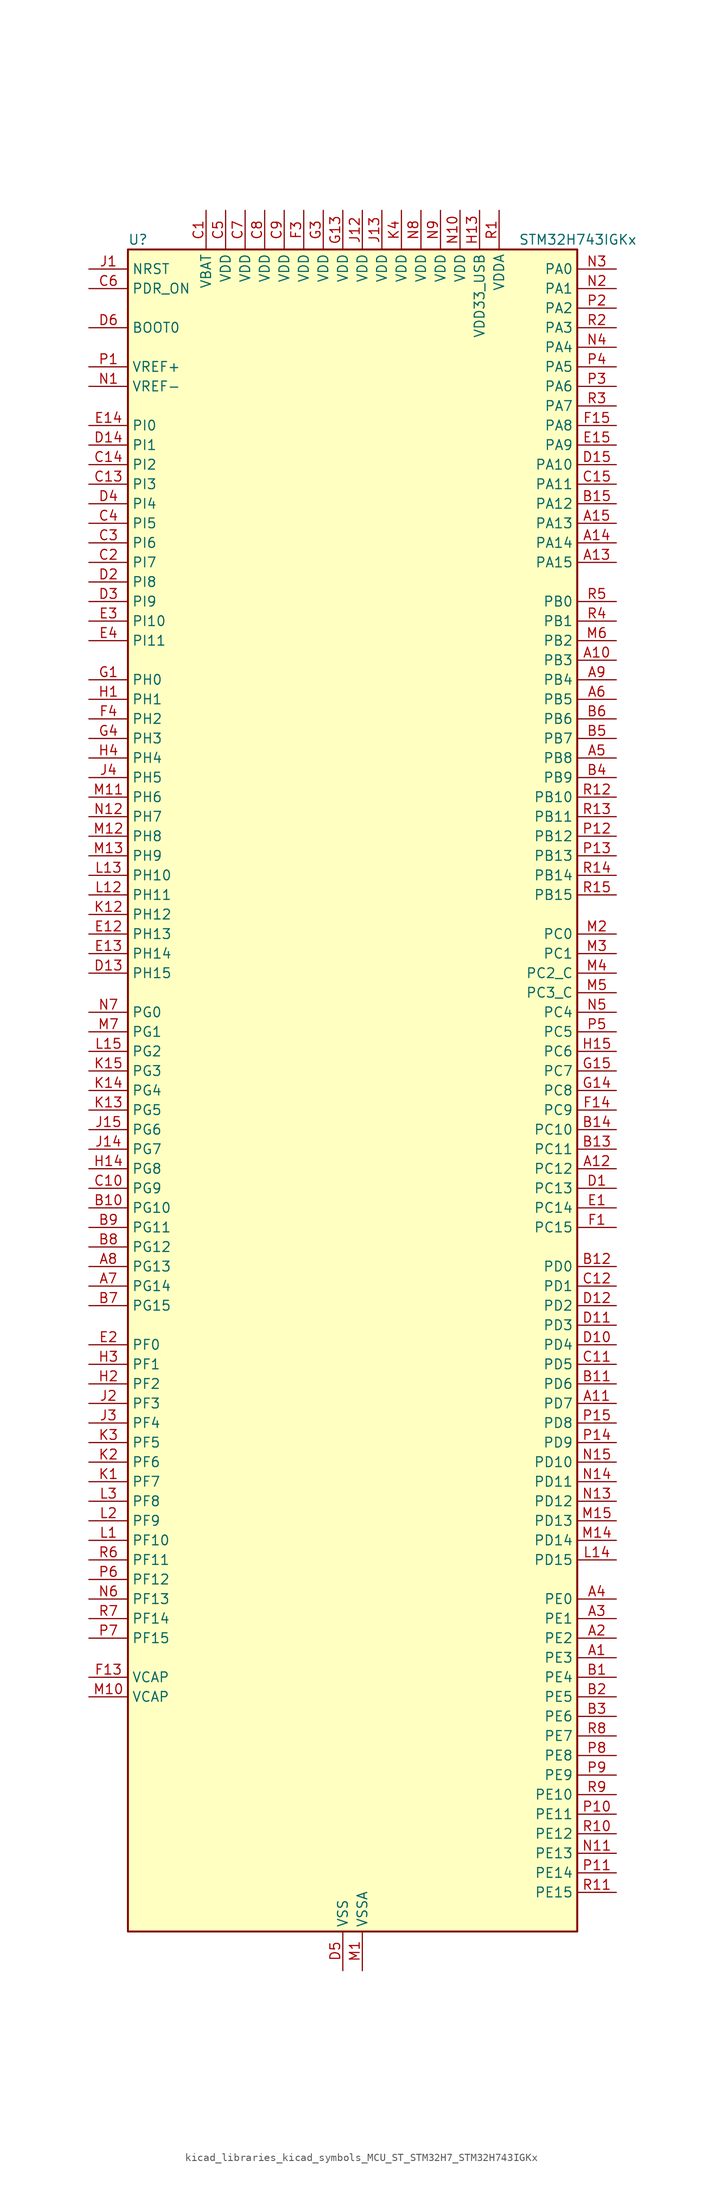
<source format=kicad_sym>
(kicad_symbol_lib
  (version 20220914)
  (generator kicad_symbol_editor)
  (symbol "kicad_libraries_kicad_symbols_MCU_ST_STM32H7_STM32H743IGKx"
    (property "Reference" "U"
      (at -27.94 110.49 0)
      (effects (font (size 1.27 1.27)) (justify left)))
    (property "Value" "STM32H743IGKx"
      (at 22.86 110.49 0)
      (effects (font (size 1.27 1.27)) (justify left)))
    (property "ki_locked" ""
      (at 0 0 0)
      (effects (font (size 1.27 1.27))))
    (symbol "kicad_libraries_kicad_symbols_MCU_ST_STM32H7_STM32H743IGKx_0_1"
      (rectangle (start -27.94 -109.22) (end 30.48 109.22) (stroke (width 0.254) (type default)) (fill (type background))))
    (symbol "kicad_libraries_kicad_symbols_MCU_ST_STM32H7_STM32H743IGKx_1_1"
      (pin bidirectional line (at 35.56 -73.66 180) (length 5.08) (name "PE3" (effects (font (size 1.27 1.27)))) (number "A1" (effects (font (size 1.27 1.27)))) (alternate "DEBUG_TRACED0" bidirectional line) (alternate "FMC_A19" bidirectional line) (alternate "SAI1_SD_B" bidirectional line) (alternate "SAI4_SD_B" bidirectional line) (alternate "TIM15_BKIN" bidirectional line))
      (pin bidirectional line (at 35.56 55.88 180) (length 5.08) (name "PB3" (effects (font (size 1.27 1.27)))) (number "A10" (effects (font (size 1.27 1.27)))) (alternate "CRS_SYNC" bidirectional line) (alternate "DEBUG_JTDO-SWO" bidirectional line) (alternate "HRTIM_FLT4" bidirectional line) (alternate "I2S1_CK" bidirectional line) (alternate "I2S3_CK" bidirectional line) (alternate "SDMMC2_D2" bidirectional line) (alternate "SPI1_SCK" bidirectional line) (alternate "SPI3_SCK" bidirectional line) (alternate "SPI6_SCK" bidirectional line) (alternate "TIM2_CH2" bidirectional line) (alternate "UART7_RX" bidirectional line))
      (pin bidirectional line (at 35.56 -40.64 180) (length 5.08) (name "PD7" (effects (font (size 1.27 1.27)))) (number "A11" (effects (font (size 1.27 1.27)))) (alternate "DFSDM1_CKIN1" bidirectional line) (alternate "DFSDM1_DATIN4" bidirectional line) (alternate "FMC_NE1" bidirectional line) (alternate "I2S1_SDO" bidirectional line) (alternate "SDMMC2_CMD" bidirectional line) (alternate "SPDIFRX1_IN0" bidirectional line) (alternate "SPI1_MOSI" bidirectional line) (alternate "USART2_CK" bidirectional line))
      (pin bidirectional line (at 35.56 -10.16 180) (length 5.08) (name "PC12" (effects (font (size 1.27 1.27)))) (number "A12" (effects (font (size 1.27 1.27)))) (alternate "DCMI_D9" bidirectional line) (alternate "DEBUG_TRACED3" bidirectional line) (alternate "HRTIM_EEV2" bidirectional line) (alternate "I2S3_SDO" bidirectional line) (alternate "SDMMC1_CK" bidirectional line) (alternate "SPI3_MOSI" bidirectional line) (alternate "UART5_TX" bidirectional line) (alternate "USART3_CK" bidirectional line))
      (pin bidirectional line (at 35.56 68.58 180) (length 5.08) (name "PA15" (effects (font (size 1.27 1.27)))) (number "A13" (effects (font (size 1.27 1.27)))) (alternate "ADC1_EXTI15" bidirectional line) (alternate "ADC2_EXTI15" bidirectional line) (alternate "ADC3_EXTI15" bidirectional line) (alternate "CEC" bidirectional line) (alternate "DEBUG_JTDI" bidirectional line) (alternate "HRTIM_FLT1" bidirectional line) (alternate "I2S1_WS" bidirectional line) (alternate "I2S3_WS" bidirectional line) (alternate "SPI1_NSS" bidirectional line) (alternate "SPI3_NSS" bidirectional line) (alternate "SPI6_NSS" bidirectional line) (alternate "TIM2_CH1" bidirectional line) (alternate "TIM2_ETR" bidirectional line) (alternate "UART4_DE" bidirectional line) (alternate "UART4_RTS" bidirectional line) (alternate "UART7_TX" bidirectional line))
      (pin bidirectional line (at 35.56 71.12 180) (length 5.08) (name "PA14" (effects (font (size 1.27 1.27)))) (number "A14" (effects (font (size 1.27 1.27)))) (alternate "DEBUG_JTCK-SWCLK" bidirectional line))
      (pin bidirectional line (at 35.56 73.66 180) (length 5.08) (name "PA13" (effects (font (size 1.27 1.27)))) (number "A15" (effects (font (size 1.27 1.27)))) (alternate "DEBUG_JTMS-SWDIO" bidirectional line))
      (pin bidirectional line (at 35.56 -71.12 180) (length 5.08) (name "PE2" (effects (font (size 1.27 1.27)))) (number "A2" (effects (font (size 1.27 1.27)))) (alternate "DEBUG_TRACECLK" bidirectional line) (alternate "ETH_TXD3" bidirectional line) (alternate "FMC_A23" bidirectional line) (alternate "QUADSPI_BK1_IO2" bidirectional line) (alternate "SAI1_CK1" bidirectional line) (alternate "SAI1_MCLK_A" bidirectional line) (alternate "SAI4_CK1" bidirectional line) (alternate "SAI4_MCLK_A" bidirectional line) (alternate "SPI4_SCK" bidirectional line))
      (pin bidirectional line (at 35.56 -68.58 180) (length 5.08) (name "PE1" (effects (font (size 1.27 1.27)))) (number "A3" (effects (font (size 1.27 1.27)))) (alternate "DCMI_D3" bidirectional line) (alternate "FMC_NBL1" bidirectional line) (alternate "HRTIM_SCOUT" bidirectional line) (alternate "LPTIM1_IN2" bidirectional line) (alternate "UART8_TX" bidirectional line))
      (pin bidirectional line (at 35.56 -66.04 180) (length 5.08) (name "PE0" (effects (font (size 1.27 1.27)))) (number "A4" (effects (font (size 1.27 1.27)))) (alternate "DCMI_D2" bidirectional line) (alternate "FMC_NBL0" bidirectional line) (alternate "HRTIM_SCIN" bidirectional line) (alternate "LPTIM1_ETR" bidirectional line) (alternate "LPTIM2_ETR" bidirectional line) (alternate "SAI2_MCLK_A" bidirectional line) (alternate "TIM4_ETR" bidirectional line) (alternate "UART8_RX" bidirectional line))
      (pin bidirectional line (at 35.56 43.18 180) (length 5.08) (name "PB8" (effects (font (size 1.27 1.27)))) (number "A5" (effects (font (size 1.27 1.27)))) (alternate "DCMI_D6" bidirectional line) (alternate "DFSDM1_CKIN7" bidirectional line) (alternate "ETH_TXD3" bidirectional line) (alternate "FDCAN1_RX" bidirectional line) (alternate "I2C1_SCL" bidirectional line) (alternate "I2C4_SCL" bidirectional line) (alternate "LTDC_B6" bidirectional line) (alternate "SDMMC1_CKIN" bidirectional line) (alternate "SDMMC1_D4" bidirectional line) (alternate "SDMMC2_D4" bidirectional line) (alternate "TIM16_CH1" bidirectional line) (alternate "TIM4_CH3" bidirectional line) (alternate "UART4_RX" bidirectional line))
      (pin bidirectional line (at 35.56 50.8 180) (length 5.08) (name "PB5" (effects (font (size 1.27 1.27)))) (number "A6" (effects (font (size 1.27 1.27)))) (alternate "DCMI_D10" bidirectional line) (alternate "ETH_PPS_OUT" bidirectional line) (alternate "FDCAN2_RX" bidirectional line) (alternate "FMC_SDCKE1" bidirectional line) (alternate "HRTIM_EEV7" bidirectional line) (alternate "I2C1_SMBA" bidirectional line) (alternate "I2C4_SMBA" bidirectional line) (alternate "I2S1_SDO" bidirectional line) (alternate "I2S3_SDO" bidirectional line) (alternate "SPI1_MOSI" bidirectional line) (alternate "SPI3_MOSI" bidirectional line) (alternate "SPI6_MOSI" bidirectional line) (alternate "TIM17_BKIN" bidirectional line) (alternate "TIM3_CH2" bidirectional line) (alternate "UART5_RX" bidirectional line) (alternate "USB_OTG_HS_ULPI_D7" bidirectional line))
      (pin bidirectional line (at -33.02 -25.4 0) (length 5.08) (name "PG14" (effects (font (size 1.27 1.27)))) (number "A7" (effects (font (size 1.27 1.27)))) (alternate "DEBUG_TRACED1" bidirectional line) (alternate "ETH_TXD1" bidirectional line) (alternate "FMC_A25" bidirectional line) (alternate "LPTIM1_ETR" bidirectional line) (alternate "LTDC_B0" bidirectional line) (alternate "QUADSPI_BK2_IO3" bidirectional line) (alternate "SPI6_MOSI" bidirectional line) (alternate "USART6_TX" bidirectional line))
      (pin bidirectional line (at -33.02 -22.86 0) (length 5.08) (name "PG13" (effects (font (size 1.27 1.27)))) (number "A8" (effects (font (size 1.27 1.27)))) (alternate "DEBUG_TRACED0" bidirectional line) (alternate "ETH_TXD0" bidirectional line) (alternate "FMC_A24" bidirectional line) (alternate "HRTIM_EEV10" bidirectional line) (alternate "LPTIM1_OUT" bidirectional line) (alternate "LTDC_R0" bidirectional line) (alternate "SPI6_SCK" bidirectional line) (alternate "USART6_CTS" bidirectional line) (alternate "USART6_NSS" bidirectional line))
      (pin bidirectional line (at 35.56 53.34 180) (length 5.08) (name "PB4" (effects (font (size 1.27 1.27)))) (number "A9" (effects (font (size 1.27 1.27)))) (alternate "DEBUG_JTRST" bidirectional line) (alternate "HRTIM_EEV6" bidirectional line) (alternate "I2S1_SDI" bidirectional line) (alternate "I2S2_WS" bidirectional line) (alternate "I2S3_SDI" bidirectional line) (alternate "SDMMC2_D3" bidirectional line) (alternate "SPI1_MISO" bidirectional line) (alternate "SPI2_NSS" bidirectional line) (alternate "SPI3_MISO" bidirectional line) (alternate "SPI6_MISO" bidirectional line) (alternate "TIM16_BKIN" bidirectional line) (alternate "TIM3_CH1" bidirectional line) (alternate "UART7_TX" bidirectional line))
      (pin bidirectional line (at 35.56 -76.2 180) (length 5.08) (name "PE4" (effects (font (size 1.27 1.27)))) (number "B1" (effects (font (size 1.27 1.27)))) (alternate "DCMI_D4" bidirectional line) (alternate "DEBUG_TRACED1" bidirectional line) (alternate "DFSDM1_DATIN3" bidirectional line) (alternate "FMC_A20" bidirectional line) (alternate "LTDC_B0" bidirectional line) (alternate "SAI1_D2" bidirectional line) (alternate "SAI1_FS_A" bidirectional line) (alternate "SAI4_D2" bidirectional line) (alternate "SAI4_FS_A" bidirectional line) (alternate "SPI4_NSS" bidirectional line) (alternate "TIM15_CH1N" bidirectional line))
      (pin bidirectional line (at -33.02 -15.24 0) (length 5.08) (name "PG10" (effects (font (size 1.27 1.27)))) (number "B10" (effects (font (size 1.27 1.27)))) (alternate "DCMI_D2" bidirectional line) (alternate "FMC_NE3" bidirectional line) (alternate "HRTIM_FLT5" bidirectional line) (alternate "I2S1_WS" bidirectional line) (alternate "LTDC_B2" bidirectional line) (alternate "LTDC_G3" bidirectional line) (alternate "SAI2_SD_B" bidirectional line) (alternate "SPI1_NSS" bidirectional line))
      (pin bidirectional line (at 35.56 -38.1 180) (length 5.08) (name "PD6" (effects (font (size 1.27 1.27)))) (number "B11" (effects (font (size 1.27 1.27)))) (alternate "DCMI_D10" bidirectional line) (alternate "DFSDM1_CKIN4" bidirectional line) (alternate "DFSDM1_DATIN1" bidirectional line) (alternate "FMC_NWAIT" bidirectional line) (alternate "I2S3_SDO" bidirectional line) (alternate "LTDC_B2" bidirectional line) (alternate "SAI1_D1" bidirectional line) (alternate "SAI1_SD_A" bidirectional line) (alternate "SAI4_D1" bidirectional line) (alternate "SAI4_SD_A" bidirectional line) (alternate "SDMMC2_CK" bidirectional line) (alternate "SPI3_MOSI" bidirectional line) (alternate "USART2_RX" bidirectional line))
      (pin bidirectional line (at 35.56 -22.86 180) (length 5.08) (name "PD0" (effects (font (size 1.27 1.27)))) (number "B12" (effects (font (size 1.27 1.27)))) (alternate "DFSDM1_CKIN6" bidirectional line) (alternate "FDCAN1_RX" bidirectional line) (alternate "FMC_D2" bidirectional line) (alternate "FMC_DA2" bidirectional line) (alternate "SAI3_SCK_A" bidirectional line) (alternate "UART4_RX" bidirectional line))
      (pin bidirectional line (at 35.56 -7.62 180) (length 5.08) (name "PC11" (effects (font (size 1.27 1.27)))) (number "B13" (effects (font (size 1.27 1.27)))) (alternate "ADC1_EXTI11" bidirectional line) (alternate "ADC2_EXTI11" bidirectional line) (alternate "ADC3_EXTI11" bidirectional line) (alternate "DCMI_D4" bidirectional line) (alternate "DFSDM1_DATIN5" bidirectional line) (alternate "HRTIM_FLT2" bidirectional line) (alternate "I2S3_SDI" bidirectional line) (alternate "QUADSPI_BK2_NCS" bidirectional line) (alternate "SDMMC1_D3" bidirectional line) (alternate "SPI3_MISO" bidirectional line) (alternate "UART4_RX" bidirectional line) (alternate "USART3_RX" bidirectional line))
      (pin bidirectional line (at 35.56 -5.08 180) (length 5.08) (name "PC10" (effects (font (size 1.27 1.27)))) (number "B14" (effects (font (size 1.27 1.27)))) (alternate "DCMI_D8" bidirectional line) (alternate "DFSDM1_CKIN5" bidirectional line) (alternate "HRTIM_EEV1" bidirectional line) (alternate "I2S3_CK" bidirectional line) (alternate "LTDC_R2" bidirectional line) (alternate "QUADSPI_BK1_IO1" bidirectional line) (alternate "SDMMC1_D2" bidirectional line) (alternate "SPI3_SCK" bidirectional line) (alternate "UART4_TX" bidirectional line) (alternate "USART3_TX" bidirectional line))
      (pin bidirectional line (at 35.56 76.2 180) (length 5.08) (name "PA12" (effects (font (size 1.27 1.27)))) (number "B15" (effects (font (size 1.27 1.27)))) (alternate "FDCAN1_TX" bidirectional line) (alternate "HRTIM_CHD2" bidirectional line) (alternate "I2S2_CK" bidirectional line) (alternate "LPUART1_DE" bidirectional line) (alternate "LPUART1_RTS" bidirectional line) (alternate "LTDC_R5" bidirectional line) (alternate "SAI2_FS_B" bidirectional line) (alternate "SPI2_SCK" bidirectional line) (alternate "TIM1_ETR" bidirectional line) (alternate "UART4_TX" bidirectional line) (alternate "USART1_DE" bidirectional line) (alternate "USART1_RTS" bidirectional line) (alternate "USB_OTG_FS_DP" bidirectional line))
      (pin bidirectional line (at 35.56 -78.74 180) (length 5.08) (name "PE5" (effects (font (size 1.27 1.27)))) (number "B2" (effects (font (size 1.27 1.27)))) (alternate "DCMI_D6" bidirectional line) (alternate "DEBUG_TRACED2" bidirectional line) (alternate "DFSDM1_CKIN3" bidirectional line) (alternate "FMC_A21" bidirectional line) (alternate "LTDC_G0" bidirectional line) (alternate "SAI1_CK2" bidirectional line) (alternate "SAI1_SCK_A" bidirectional line) (alternate "SAI4_CK2" bidirectional line) (alternate "SAI4_SCK_A" bidirectional line) (alternate "SPI4_MISO" bidirectional line) (alternate "TIM15_CH1" bidirectional line))
      (pin bidirectional line (at 35.56 -81.28 180) (length 5.08) (name "PE6" (effects (font (size 1.27 1.27)))) (number "B3" (effects (font (size 1.27 1.27)))) (alternate "DCMI_D7" bidirectional line) (alternate "DEBUG_TRACED3" bidirectional line) (alternate "FMC_A22" bidirectional line) (alternate "LTDC_G1" bidirectional line) (alternate "SAI1_D1" bidirectional line) (alternate "SAI1_SD_A" bidirectional line) (alternate "SAI2_MCLK_B" bidirectional line) (alternate "SAI4_D1" bidirectional line) (alternate "SAI4_SD_A" bidirectional line) (alternate "SPI4_MOSI" bidirectional line) (alternate "TIM15_CH2" bidirectional line) (alternate "TIM1_BKIN2" bidirectional line) (alternate "TIM1_BKIN2_COMP1" bidirectional line) (alternate "TIM1_BKIN2_COMP2" bidirectional line))
      (pin bidirectional line (at 35.56 40.64 180) (length 5.08) (name "PB9" (effects (font (size 1.27 1.27)))) (number "B4" (effects (font (size 1.27 1.27)))) (alternate "DAC1_EXTI9" bidirectional line) (alternate "DCMI_D7" bidirectional line) (alternate "DFSDM1_DATIN7" bidirectional line) (alternate "FDCAN1_TX" bidirectional line) (alternate "I2C1_SDA" bidirectional line) (alternate "I2C4_SDA" bidirectional line) (alternate "I2C4_SMBA" bidirectional line) (alternate "I2S2_WS" bidirectional line) (alternate "LTDC_B7" bidirectional line) (alternate "SDMMC1_CDIR" bidirectional line) (alternate "SDMMC1_D5" bidirectional line) (alternate "SDMMC2_D5" bidirectional line) (alternate "SPI2_NSS" bidirectional line) (alternate "TIM17_CH1" bidirectional line) (alternate "TIM4_CH4" bidirectional line) (alternate "UART4_TX" bidirectional line))
      (pin bidirectional line (at 35.56 45.72 180) (length 5.08) (name "PB7" (effects (font (size 1.27 1.27)))) (number "B5" (effects (font (size 1.27 1.27)))) (alternate "DCMI_VSYNC" bidirectional line) (alternate "DFSDM1_CKIN5" bidirectional line) (alternate "FMC_NL" bidirectional line) (alternate "HRTIM_EEV9" bidirectional line) (alternate "I2C1_SDA" bidirectional line) (alternate "I2C4_SDA" bidirectional line) (alternate "LPUART1_RX" bidirectional line) (alternate "PWR_PVD_IN" bidirectional line) (alternate "TIM17_CH1N" bidirectional line) (alternate "TIM4_CH2" bidirectional line) (alternate "USART1_RX" bidirectional line))
      (pin bidirectional line (at 35.56 48.26 180) (length 5.08) (name "PB6" (effects (font (size 1.27 1.27)))) (number "B6" (effects (font (size 1.27 1.27)))) (alternate "CEC" bidirectional line) (alternate "DCMI_D5" bidirectional line) (alternate "DFSDM1_DATIN5" bidirectional line) (alternate "FDCAN2_TX" bidirectional line) (alternate "FMC_SDNE1" bidirectional line) (alternate "HRTIM_EEV8" bidirectional line) (alternate "I2C1_SCL" bidirectional line) (alternate "I2C4_SCL" bidirectional line) (alternate "LPUART1_TX" bidirectional line) (alternate "QUADSPI_BK1_NCS" bidirectional line) (alternate "TIM16_CH1N" bidirectional line) (alternate "TIM4_CH1" bidirectional line) (alternate "UART5_TX" bidirectional line) (alternate "USART1_TX" bidirectional line))
      (pin bidirectional line (at -33.02 -27.94 0) (length 5.08) (name "PG15" (effects (font (size 1.27 1.27)))) (number "B7" (effects (font (size 1.27 1.27)))) (alternate "ADC1_EXTI15" bidirectional line) (alternate "ADC2_EXTI15" bidirectional line) (alternate "ADC3_EXTI15" bidirectional line) (alternate "DCMI_D13" bidirectional line) (alternate "FMC_SDNCAS" bidirectional line) (alternate "USART6_CTS" bidirectional line) (alternate "USART6_NSS" bidirectional line))
      (pin bidirectional line (at -33.02 -20.32 0) (length 5.08) (name "PG12" (effects (font (size 1.27 1.27)))) (number "B8" (effects (font (size 1.27 1.27)))) (alternate "ETH_TXD1" bidirectional line) (alternate "FMC_NE4" bidirectional line) (alternate "HRTIM_EEV5" bidirectional line) (alternate "LPTIM1_IN1" bidirectional line) (alternate "LTDC_B1" bidirectional line) (alternate "LTDC_B4" bidirectional line) (alternate "SPDIFRX1_IN1" bidirectional line) (alternate "SPI6_MISO" bidirectional line) (alternate "USART6_DE" bidirectional line) (alternate "USART6_RTS" bidirectional line))
      (pin bidirectional line (at -33.02 -17.78 0) (length 5.08) (name "PG11" (effects (font (size 1.27 1.27)))) (number "B9" (effects (font (size 1.27 1.27)))) (alternate "ADC1_EXTI11" bidirectional line) (alternate "ADC2_EXTI11" bidirectional line) (alternate "ADC3_EXTI11" bidirectional line) (alternate "DCMI_D3" bidirectional line) (alternate "ETH_TX_EN" bidirectional line) (alternate "HRTIM_EEV4" bidirectional line) (alternate "I2S1_CK" bidirectional line) (alternate "LPTIM1_IN2" bidirectional line) (alternate "LTDC_B3" bidirectional line) (alternate "SDMMC2_D2" bidirectional line) (alternate "SPDIFRX1_IN0" bidirectional line) (alternate "SPI1_SCK" bidirectional line))
      (pin power_in line (at -17.78 114.3 270) (length 5.08) (name "VBAT" (effects (font (size 1.27 1.27)))) (number "C1" (effects (font (size 1.27 1.27)))))
      (pin bidirectional line (at -33.02 -12.7 0) (length 5.08) (name "PG9" (effects (font (size 1.27 1.27)))) (number "C10" (effects (font (size 1.27 1.27)))) (alternate "DAC1_EXTI9" bidirectional line) (alternate "DCMI_VSYNC" bidirectional line) (alternate "FMC_NCE" bidirectional line) (alternate "FMC_NE2" bidirectional line) (alternate "I2S1_SDI" bidirectional line) (alternate "QUADSPI_BK2_IO2" bidirectional line) (alternate "SAI2_FS_B" bidirectional line) (alternate "SPDIFRX1_IN3" bidirectional line) (alternate "SPI1_MISO" bidirectional line) (alternate "USART6_RX" bidirectional line))
      (pin bidirectional line (at 35.56 -35.56 180) (length 5.08) (name "PD5" (effects (font (size 1.27 1.27)))) (number "C11" (effects (font (size 1.27 1.27)))) (alternate "FMC_NWE" bidirectional line) (alternate "HRTIM_EEV3" bidirectional line) (alternate "USART2_TX" bidirectional line))
      (pin bidirectional line (at 35.56 -25.4 180) (length 5.08) (name "PD1" (effects (font (size 1.27 1.27)))) (number "C12" (effects (font (size 1.27 1.27)))) (alternate "DFSDM1_DATIN6" bidirectional line) (alternate "FDCAN1_TX" bidirectional line) (alternate "FMC_D3" bidirectional line) (alternate "FMC_DA3" bidirectional line) (alternate "SAI3_SD_A" bidirectional line) (alternate "UART4_TX" bidirectional line))
      (pin bidirectional line (at -33.02 78.74 0) (length 5.08) (name "PI3" (effects (font (size 1.27 1.27)))) (number "C13" (effects (font (size 1.27 1.27)))) (alternate "DCMI_D10" bidirectional line) (alternate "FMC_D27" bidirectional line) (alternate "I2S2_SDO" bidirectional line) (alternate "SPI2_MOSI" bidirectional line) (alternate "TIM8_ETR" bidirectional line))
      (pin bidirectional line (at -33.02 81.28 0) (length 5.08) (name "PI2" (effects (font (size 1.27 1.27)))) (number "C14" (effects (font (size 1.27 1.27)))) (alternate "DCMI_D9" bidirectional line) (alternate "FMC_D26" bidirectional line) (alternate "I2S2_SDI" bidirectional line) (alternate "LTDC_G7" bidirectional line) (alternate "SPI2_MISO" bidirectional line) (alternate "TIM8_CH4" bidirectional line))
      (pin bidirectional line (at 35.56 78.74 180) (length 5.08) (name "PA11" (effects (font (size 1.27 1.27)))) (number "C15" (effects (font (size 1.27 1.27)))) (alternate "ADC1_EXTI11" bidirectional line) (alternate "ADC2_EXTI11" bidirectional line) (alternate "ADC3_EXTI11" bidirectional line) (alternate "FDCAN1_RX" bidirectional line) (alternate "HRTIM_CHD1" bidirectional line) (alternate "I2S2_WS" bidirectional line) (alternate "LPUART1_CTS" bidirectional line) (alternate "LTDC_R4" bidirectional line) (alternate "SPI2_NSS" bidirectional line) (alternate "TIM1_CH4" bidirectional line) (alternate "UART4_RX" bidirectional line) (alternate "USART1_CTS" bidirectional line) (alternate "USART1_NSS" bidirectional line) (alternate "USB_OTG_FS_DM" bidirectional line))
      (pin bidirectional line (at -33.02 68.58 0) (length 5.08) (name "PI7" (effects (font (size 1.27 1.27)))) (number "C2" (effects (font (size 1.27 1.27)))) (alternate "DCMI_D7" bidirectional line) (alternate "FMC_D29" bidirectional line) (alternate "LTDC_B7" bidirectional line) (alternate "SAI2_FS_A" bidirectional line) (alternate "TIM8_CH3" bidirectional line))
      (pin bidirectional line (at -33.02 71.12 0) (length 5.08) (name "PI6" (effects (font (size 1.27 1.27)))) (number "C3" (effects (font (size 1.27 1.27)))) (alternate "DCMI_D6" bidirectional line) (alternate "FMC_D28" bidirectional line) (alternate "LTDC_B6" bidirectional line) (alternate "SAI2_SD_A" bidirectional line) (alternate "TIM8_CH2" bidirectional line))
      (pin bidirectional line (at -33.02 73.66 0) (length 5.08) (name "PI5" (effects (font (size 1.27 1.27)))) (number "C4" (effects (font (size 1.27 1.27)))) (alternate "DCMI_VSYNC" bidirectional line) (alternate "FMC_NBL3" bidirectional line) (alternate "LTDC_B5" bidirectional line) (alternate "SAI2_SCK_A" bidirectional line) (alternate "TIM8_CH1" bidirectional line))
      (pin power_in line (at -15.24 114.3 270) (length 5.08) (name "VDD" (effects (font (size 1.27 1.27)))) (number "C5" (effects (font (size 1.27 1.27)))))
      (pin input line (at -33.02 104.14 0) (length 5.08) (name "PDR_ON" (effects (font (size 1.27 1.27)))) (number "C6" (effects (font (size 1.27 1.27)))))
      (pin power_in line (at -12.7 114.3 270) (length 5.08) (name "VDD" (effects (font (size 1.27 1.27)))) (number "C7" (effects (font (size 1.27 1.27)))))
      (pin power_in line (at -10.16 114.3 270) (length 5.08) (name "VDD" (effects (font (size 1.27 1.27)))) (number "C8" (effects (font (size 1.27 1.27)))))
      (pin power_in line (at -7.62 114.3 270) (length 5.08) (name "VDD" (effects (font (size 1.27 1.27)))) (number "C9" (effects (font (size 1.27 1.27)))))
      (pin bidirectional line (at 35.56 -12.7 180) (length 5.08) (name "PC13" (effects (font (size 1.27 1.27)))) (number "D1" (effects (font (size 1.27 1.27)))) (alternate "PWR_WKUP2" bidirectional line) (alternate "RTC_OUT_ALARM" bidirectional line) (alternate "RTC_OUT_CALIB" bidirectional line) (alternate "RTC_TAMP1" bidirectional line) (alternate "RTC_TS" bidirectional line))
      (pin bidirectional line (at 35.56 -33.02 180) (length 5.08) (name "PD4" (effects (font (size 1.27 1.27)))) (number "D10" (effects (font (size 1.27 1.27)))) (alternate "FMC_NOE" bidirectional line) (alternate "HRTIM_FLT3" bidirectional line) (alternate "SAI3_FS_A" bidirectional line) (alternate "USART2_DE" bidirectional line) (alternate "USART2_RTS" bidirectional line))
      (pin bidirectional line (at 35.56 -30.48 180) (length 5.08) (name "PD3" (effects (font (size 1.27 1.27)))) (number "D11" (effects (font (size 1.27 1.27)))) (alternate "DCMI_D5" bidirectional line) (alternate "DFSDM1_CKOUT" bidirectional line) (alternate "FMC_CLK" bidirectional line) (alternate "I2S2_CK" bidirectional line) (alternate "LTDC_G7" bidirectional line) (alternate "SPI2_SCK" bidirectional line) (alternate "USART2_CTS" bidirectional line) (alternate "USART2_NSS" bidirectional line))
      (pin bidirectional line (at 35.56 -27.94 180) (length 5.08) (name "PD2" (effects (font (size 1.27 1.27)))) (number "D12" (effects (font (size 1.27 1.27)))) (alternate "DCMI_D11" bidirectional line) (alternate "DEBUG_TRACED2" bidirectional line) (alternate "SDMMC1_CMD" bidirectional line) (alternate "TIM3_ETR" bidirectional line) (alternate "UART5_RX" bidirectional line))
      (pin bidirectional line (at -33.02 15.24 0) (length 5.08) (name "PH15" (effects (font (size 1.27 1.27)))) (number "D13" (effects (font (size 1.27 1.27)))) (alternate "ADC1_EXTI15" bidirectional line) (alternate "ADC2_EXTI15" bidirectional line) (alternate "ADC3_EXTI15" bidirectional line) (alternate "DCMI_D11" bidirectional line) (alternate "FMC_D23" bidirectional line) (alternate "LTDC_G4" bidirectional line) (alternate "TIM8_CH3N" bidirectional line))
      (pin bidirectional line (at -33.02 83.82 0) (length 5.08) (name "PI1" (effects (font (size 1.27 1.27)))) (number "D14" (effects (font (size 1.27 1.27)))) (alternate "DCMI_D8" bidirectional line) (alternate "FMC_D25" bidirectional line) (alternate "I2S2_CK" bidirectional line) (alternate "LTDC_G6" bidirectional line) (alternate "SPI2_SCK" bidirectional line) (alternate "TIM8_BKIN2" bidirectional line) (alternate "TIM8_BKIN2_COMP1" bidirectional line) (alternate "TIM8_BKIN2_COMP2" bidirectional line))
      (pin bidirectional line (at 35.56 81.28 180) (length 5.08) (name "PA10" (effects (font (size 1.27 1.27)))) (number "D15" (effects (font (size 1.27 1.27)))) (alternate "DCMI_D1" bidirectional line) (alternate "HRTIM_CHC2" bidirectional line) (alternate "LPUART1_RX" bidirectional line) (alternate "LTDC_B1" bidirectional line) (alternate "LTDC_B4" bidirectional line) (alternate "MDIOS_MDIO" bidirectional line) (alternate "TIM1_CH3" bidirectional line) (alternate "USART1_RX" bidirectional line) (alternate "USB_OTG_FS_ID" bidirectional line))
      (pin bidirectional line (at -33.02 66.04 0) (length 5.08) (name "PI8" (effects (font (size 1.27 1.27)))) (number "D2" (effects (font (size 1.27 1.27)))) (alternate "PWR_WKUP3" bidirectional line) (alternate "RTC_TAMP2" bidirectional line))
      (pin bidirectional line (at -33.02 63.5 0) (length 5.08) (name "PI9" (effects (font (size 1.27 1.27)))) (number "D3" (effects (font (size 1.27 1.27)))) (alternate "DAC1_EXTI9" bidirectional line) (alternate "FDCAN1_RX" bidirectional line) (alternate "FMC_D30" bidirectional line) (alternate "LTDC_VSYNC" bidirectional line) (alternate "UART4_RX" bidirectional line))
      (pin bidirectional line (at -33.02 76.2 0) (length 5.08) (name "PI4" (effects (font (size 1.27 1.27)))) (number "D4" (effects (font (size 1.27 1.27)))) (alternate "DCMI_D5" bidirectional line) (alternate "FMC_NBL2" bidirectional line) (alternate "LTDC_B4" bidirectional line) (alternate "SAI2_MCLK_A" bidirectional line) (alternate "TIM8_BKIN" bidirectional line) (alternate "TIM8_BKIN_COMP1" bidirectional line) (alternate "TIM8_BKIN_COMP2" bidirectional line))
      (pin power_in line (at 0 -114.3 90) (length 5.08) (name "VSS" (effects (font (size 1.27 1.27)))) (number "D5" (effects (font (size 1.27 1.27)))))
      (pin input line (at -33.02 99.06 0) (length 5.08) (name "BOOT0" (effects (font (size 1.27 1.27)))) (number "D6" (effects (font (size 1.27 1.27)))))
      (pin passive line (at 0 -114.3 90) (length 5.08) hide (name "VSS" (effects (font (size 1.27 1.27)))) (number "D7" (effects (font (size 1.27 1.27)))))
      (pin passive line (at 0 -114.3 90) (length 5.08) hide (name "VSS" (effects (font (size 1.27 1.27)))) (number "D8" (effects (font (size 1.27 1.27)))))
      (pin passive line (at 0 -114.3 90) (length 5.08) hide (name "VSS" (effects (font (size 1.27 1.27)))) (number "D9" (effects (font (size 1.27 1.27)))))
      (pin bidirectional line (at 35.56 -15.24 180) (length 5.08) (name "PC14" (effects (font (size 1.27 1.27)))) (number "E1" (effects (font (size 1.27 1.27)))) (alternate "RCC_OSC32_IN" bidirectional line))
      (pin bidirectional line (at -33.02 20.32 0) (length 5.08) (name "PH13" (effects (font (size 1.27 1.27)))) (number "E12" (effects (font (size 1.27 1.27)))) (alternate "FDCAN1_TX" bidirectional line) (alternate "FMC_D21" bidirectional line) (alternate "LTDC_G2" bidirectional line) (alternate "TIM8_CH1N" bidirectional line) (alternate "UART4_TX" bidirectional line))
      (pin bidirectional line (at -33.02 17.78 0) (length 5.08) (name "PH14" (effects (font (size 1.27 1.27)))) (number "E13" (effects (font (size 1.27 1.27)))) (alternate "DCMI_D4" bidirectional line) (alternate "FDCAN1_RX" bidirectional line) (alternate "FMC_D22" bidirectional line) (alternate "LTDC_G3" bidirectional line) (alternate "TIM8_CH2N" bidirectional line) (alternate "UART4_RX" bidirectional line))
      (pin bidirectional line (at -33.02 86.36 0) (length 5.08) (name "PI0" (effects (font (size 1.27 1.27)))) (number "E14" (effects (font (size 1.27 1.27)))) (alternate "DCMI_D13" bidirectional line) (alternate "FMC_D24" bidirectional line) (alternate "I2S2_WS" bidirectional line) (alternate "LTDC_G5" bidirectional line) (alternate "SPI2_NSS" bidirectional line) (alternate "TIM5_CH4" bidirectional line))
      (pin bidirectional line (at 35.56 83.82 180) (length 5.08) (name "PA9" (effects (font (size 1.27 1.27)))) (number "E15" (effects (font (size 1.27 1.27)))) (alternate "DAC1_EXTI9" bidirectional line) (alternate "DCMI_D0" bidirectional line) (alternate "HRTIM_CHC1" bidirectional line) (alternate "I2C3_SMBA" bidirectional line) (alternate "I2S2_CK" bidirectional line) (alternate "LPUART1_TX" bidirectional line) (alternate "LTDC_R5" bidirectional line) (alternate "SPI2_SCK" bidirectional line) (alternate "TIM1_CH2" bidirectional line) (alternate "USART1_TX" bidirectional line) (alternate "USB_OTG_FS_VBUS" bidirectional line))
      (pin bidirectional line (at -33.02 -33.02 0) (length 5.08) (name "PF0" (effects (font (size 1.27 1.27)))) (number "E2" (effects (font (size 1.27 1.27)))) (alternate "FMC_A0" bidirectional line) (alternate "I2C2_SDA" bidirectional line))
      (pin bidirectional line (at -33.02 60.96 0) (length 5.08) (name "PI10" (effects (font (size 1.27 1.27)))) (number "E3" (effects (font (size 1.27 1.27)))) (alternate "ETH_RX_ER" bidirectional line) (alternate "FMC_D31" bidirectional line) (alternate "LTDC_HSYNC" bidirectional line))
      (pin bidirectional line (at -33.02 58.42 0) (length 5.08) (name "PI11" (effects (font (size 1.27 1.27)))) (number "E4" (effects (font (size 1.27 1.27)))) (alternate "ADC1_EXTI11" bidirectional line) (alternate "ADC2_EXTI11" bidirectional line) (alternate "ADC3_EXTI11" bidirectional line) (alternate "LTDC_G6" bidirectional line) (alternate "PWR_WKUP4" bidirectional line) (alternate "USB_OTG_HS_ULPI_DIR" bidirectional line))
      (pin bidirectional line (at 35.56 -17.78 180) (length 5.08) (name "PC15" (effects (font (size 1.27 1.27)))) (number "F1" (effects (font (size 1.27 1.27)))) (alternate "ADC1_EXTI15" bidirectional line) (alternate "ADC2_EXTI15" bidirectional line) (alternate "ADC3_EXTI15" bidirectional line) (alternate "RCC_OSC32_OUT" bidirectional line))
      (pin passive line (at 0 -114.3 90) (length 5.08) hide (name "VSS" (effects (font (size 1.27 1.27)))) (number "F10" (effects (font (size 1.27 1.27)))))
      (pin passive line (at 0 -114.3 90) (length 5.08) hide (name "VSS" (effects (font (size 1.27 1.27)))) (number "F12" (effects (font (size 1.27 1.27)))))
      (pin power_out line (at -33.02 -76.2 0) (length 5.08) (name "VCAP" (effects (font (size 1.27 1.27)))) (number "F13" (effects (font (size 1.27 1.27)))))
      (pin bidirectional line (at 35.56 -2.54 180) (length 5.08) (name "PC9" (effects (font (size 1.27 1.27)))) (number "F14" (effects (font (size 1.27 1.27)))) (alternate "DAC1_EXTI9" bidirectional line) (alternate "DCMI_D3" bidirectional line) (alternate "I2C3_SDA" bidirectional line) (alternate "I2S_CKIN" bidirectional line) (alternate "LTDC_B2" bidirectional line) (alternate "LTDC_G3" bidirectional line) (alternate "QUADSPI_BK1_IO0" bidirectional line) (alternate "RCC_MCO_2" bidirectional line) (alternate "SDMMC1_D1" bidirectional line) (alternate "SWPMI1_SUSPEND" bidirectional line) (alternate "TIM3_CH4" bidirectional line) (alternate "TIM8_CH4" bidirectional line) (alternate "UART5_CTS" bidirectional line))
      (pin bidirectional line (at 35.56 86.36 180) (length 5.08) (name "PA8" (effects (font (size 1.27 1.27)))) (number "F15" (effects (font (size 1.27 1.27)))) (alternate "HRTIM_CHB2" bidirectional line) (alternate "I2C3_SCL" bidirectional line) (alternate "LTDC_B3" bidirectional line) (alternate "LTDC_R6" bidirectional line) (alternate "RCC_MCO_1" bidirectional line) (alternate "TIM1_CH1" bidirectional line) (alternate "TIM8_BKIN2" bidirectional line) (alternate "TIM8_BKIN2_COMP1" bidirectional line) (alternate "TIM8_BKIN2_COMP2" bidirectional line) (alternate "UART7_RX" bidirectional line) (alternate "USART1_CK" bidirectional line) (alternate "USB_OTG_FS_SOF" bidirectional line))
      (pin passive line (at 0 -114.3 90) (length 5.08) hide (name "VSS" (effects (font (size 1.27 1.27)))) (number "F2" (effects (font (size 1.27 1.27)))))
      (pin power_in line (at -5.08 114.3 270) (length 5.08) (name "VDD" (effects (font (size 1.27 1.27)))) (number "F3" (effects (font (size 1.27 1.27)))))
      (pin bidirectional line (at -33.02 48.26 0) (length 5.08) (name "PH2" (effects (font (size 1.27 1.27)))) (number "F4" (effects (font (size 1.27 1.27)))) (alternate "ADC3_INP13" bidirectional line) (alternate "ETH_CRS" bidirectional line) (alternate "FMC_SDCKE0" bidirectional line) (alternate "LPTIM1_IN2" bidirectional line) (alternate "LTDC_R0" bidirectional line) (alternate "QUADSPI_BK2_IO0" bidirectional line) (alternate "SAI2_SCK_B" bidirectional line))
      (pin passive line (at 0 -114.3 90) (length 5.08) hide (name "VSS" (effects (font (size 1.27 1.27)))) (number "F6" (effects (font (size 1.27 1.27)))))
      (pin passive line (at 0 -114.3 90) (length 5.08) hide (name "VSS" (effects (font (size 1.27 1.27)))) (number "F7" (effects (font (size 1.27 1.27)))))
      (pin passive line (at 0 -114.3 90) (length 5.08) hide (name "VSS" (effects (font (size 1.27 1.27)))) (number "F8" (effects (font (size 1.27 1.27)))))
      (pin passive line (at 0 -114.3 90) (length 5.08) hide (name "VSS" (effects (font (size 1.27 1.27)))) (number "F9" (effects (font (size 1.27 1.27)))))
      (pin bidirectional line (at -33.02 53.34 0) (length 5.08) (name "PH0" (effects (font (size 1.27 1.27)))) (number "G1" (effects (font (size 1.27 1.27)))) (alternate "RCC_OSC_IN" bidirectional line))
      (pin passive line (at 0 -114.3 90) (length 5.08) hide (name "VSS" (effects (font (size 1.27 1.27)))) (number "G10" (effects (font (size 1.27 1.27)))))
      (pin passive line (at 0 -114.3 90) (length 5.08) hide (name "VSS" (effects (font (size 1.27 1.27)))) (number "G12" (effects (font (size 1.27 1.27)))))
      (pin power_in line (at 0 114.3 270) (length 5.08) (name "VDD" (effects (font (size 1.27 1.27)))) (number "G13" (effects (font (size 1.27 1.27)))))
      (pin bidirectional line (at 35.56 0 180) (length 5.08) (name "PC8" (effects (font (size 1.27 1.27)))) (number "G14" (effects (font (size 1.27 1.27)))) (alternate "DCMI_D2" bidirectional line) (alternate "DEBUG_TRACED1" bidirectional line) (alternate "FMC_NCE" bidirectional line) (alternate "FMC_NE2" bidirectional line) (alternate "HRTIM_CHB1" bidirectional line) (alternate "SDMMC1_D0" bidirectional line) (alternate "SWPMI1_RX" bidirectional line) (alternate "TIM3_CH3" bidirectional line) (alternate "TIM8_CH3" bidirectional line) (alternate "UART5_DE" bidirectional line) (alternate "UART5_RTS" bidirectional line) (alternate "USART6_CK" bidirectional line))
      (pin bidirectional line (at 35.56 2.54 180) (length 5.08) (name "PC7" (effects (font (size 1.27 1.27)))) (number "G15" (effects (font (size 1.27 1.27)))) (alternate "DCMI_D1" bidirectional line) (alternate "DEBUG_TRGIO" bidirectional line) (alternate "DFSDM1_DATIN3" bidirectional line) (alternate "FMC_NE1" bidirectional line) (alternate "HRTIM_CHA2" bidirectional line) (alternate "I2S3_MCK" bidirectional line) (alternate "LTDC_G6" bidirectional line) (alternate "SDMMC1_D123DIR" bidirectional line) (alternate "SDMMC1_D7" bidirectional line) (alternate "SDMMC2_D7" bidirectional line) (alternate "SWPMI1_TX" bidirectional line) (alternate "TIM3_CH2" bidirectional line) (alternate "TIM8_CH2" bidirectional line) (alternate "USART6_RX" bidirectional line))
      (pin passive line (at 0 -114.3 90) (length 5.08) hide (name "VSS" (effects (font (size 1.27 1.27)))) (number "G2" (effects (font (size 1.27 1.27)))))
      (pin power_in line (at -2.54 114.3 270) (length 5.08) (name "VDD" (effects (font (size 1.27 1.27)))) (number "G3" (effects (font (size 1.27 1.27)))))
      (pin bidirectional line (at -33.02 45.72 0) (length 5.08) (name "PH3" (effects (font (size 1.27 1.27)))) (number "G4" (effects (font (size 1.27 1.27)))) (alternate "ADC3_INN13" bidirectional line) (alternate "ADC3_INP14" bidirectional line) (alternate "ETH_COL" bidirectional line) (alternate "FMC_SDNE0" bidirectional line) (alternate "LTDC_R1" bidirectional line) (alternate "QUADSPI_BK2_IO1" bidirectional line) (alternate "SAI2_MCLK_B" bidirectional line))
      (pin passive line (at 0 -114.3 90) (length 5.08) hide (name "VSS" (effects (font (size 1.27 1.27)))) (number "G6" (effects (font (size 1.27 1.27)))))
      (pin passive line (at 0 -114.3 90) (length 5.08) hide (name "VSS" (effects (font (size 1.27 1.27)))) (number "G7" (effects (font (size 1.27 1.27)))))
      (pin passive line (at 0 -114.3 90) (length 5.08) hide (name "VSS" (effects (font (size 1.27 1.27)))) (number "G8" (effects (font (size 1.27 1.27)))))
      (pin passive line (at 0 -114.3 90) (length 5.08) hide (name "VSS" (effects (font (size 1.27 1.27)))) (number "G9" (effects (font (size 1.27 1.27)))))
      (pin bidirectional line (at -33.02 50.8 0) (length 5.08) (name "PH1" (effects (font (size 1.27 1.27)))) (number "H1" (effects (font (size 1.27 1.27)))) (alternate "RCC_OSC_OUT" bidirectional line))
      (pin passive line (at 0 -114.3 90) (length 5.08) hide (name "VSS" (effects (font (size 1.27 1.27)))) (number "H10" (effects (font (size 1.27 1.27)))))
      (pin passive line (at 0 -114.3 90) (length 5.08) hide (name "VSS" (effects (font (size 1.27 1.27)))) (number "H12" (effects (font (size 1.27 1.27)))))
      (pin power_in line (at 17.78 114.3 270) (length 5.08) (name "VDD33_USB" (effects (font (size 1.27 1.27)))) (number "H13" (effects (font (size 1.27 1.27)))))
      (pin bidirectional line (at -33.02 -10.16 0) (length 5.08) (name "PG8" (effects (font (size 1.27 1.27)))) (number "H14" (effects (font (size 1.27 1.27)))) (alternate "ETH_PPS_OUT" bidirectional line) (alternate "FMC_SDCLK" bidirectional line) (alternate "LTDC_G7" bidirectional line) (alternate "SPDIFRX1_IN2" bidirectional line) (alternate "SPI6_NSS" bidirectional line) (alternate "TIM8_ETR" bidirectional line) (alternate "USART6_DE" bidirectional line) (alternate "USART6_RTS" bidirectional line))
      (pin bidirectional line (at 35.56 5.08 180) (length 5.08) (name "PC6" (effects (font (size 1.27 1.27)))) (number "H15" (effects (font (size 1.27 1.27)))) (alternate "DCMI_D0" bidirectional line) (alternate "DFSDM1_CKIN3" bidirectional line) (alternate "FMC_NWAIT" bidirectional line) (alternate "HRTIM_CHA1" bidirectional line) (alternate "I2S2_MCK" bidirectional line) (alternate "LTDC_HSYNC" bidirectional line) (alternate "SDMMC1_D0DIR" bidirectional line) (alternate "SDMMC1_D6" bidirectional line) (alternate "SDMMC2_D6" bidirectional line) (alternate "SWPMI1_IO" bidirectional line) (alternate "TIM3_CH1" bidirectional line) (alternate "TIM8_CH1" bidirectional line) (alternate "USART6_TX" bidirectional line))
      (pin bidirectional line (at -33.02 -38.1 0) (length 5.08) (name "PF2" (effects (font (size 1.27 1.27)))) (number "H2" (effects (font (size 1.27 1.27)))) (alternate "FMC_A2" bidirectional line) (alternate "I2C2_SMBA" bidirectional line))
      (pin bidirectional line (at -33.02 -35.56 0) (length 5.08) (name "PF1" (effects (font (size 1.27 1.27)))) (number "H3" (effects (font (size 1.27 1.27)))) (alternate "FMC_A1" bidirectional line) (alternate "I2C2_SCL" bidirectional line))
      (pin bidirectional line (at -33.02 43.18 0) (length 5.08) (name "PH4" (effects (font (size 1.27 1.27)))) (number "H4" (effects (font (size 1.27 1.27)))) (alternate "ADC3_INN14" bidirectional line) (alternate "ADC3_INP15" bidirectional line) (alternate "I2C2_SCL" bidirectional line) (alternate "LTDC_G4" bidirectional line) (alternate "LTDC_G5" bidirectional line) (alternate "USB_OTG_HS_ULPI_NXT" bidirectional line))
      (pin passive line (at 0 -114.3 90) (length 5.08) hide (name "VSS" (effects (font (size 1.27 1.27)))) (number "H6" (effects (font (size 1.27 1.27)))))
      (pin passive line (at 0 -114.3 90) (length 5.08) hide (name "VSS" (effects (font (size 1.27 1.27)))) (number "H7" (effects (font (size 1.27 1.27)))))
      (pin passive line (at 0 -114.3 90) (length 5.08) hide (name "VSS" (effects (font (size 1.27 1.27)))) (number "H8" (effects (font (size 1.27 1.27)))))
      (pin passive line (at 0 -114.3 90) (length 5.08) hide (name "VSS" (effects (font (size 1.27 1.27)))) (number "H9" (effects (font (size 1.27 1.27)))))
      (pin input line (at -33.02 106.68 0) (length 5.08) (name "NRST" (effects (font (size 1.27 1.27)))) (number "J1" (effects (font (size 1.27 1.27)))))
      (pin passive line (at 0 -114.3 90) (length 5.08) hide (name "VSS" (effects (font (size 1.27 1.27)))) (number "J10" (effects (font (size 1.27 1.27)))))
      (pin power_in line (at 2.54 114.3 270) (length 5.08) (name "VDD" (effects (font (size 1.27 1.27)))) (number "J12" (effects (font (size 1.27 1.27)))))
      (pin power_in line (at 5.08 114.3 270) (length 5.08) (name "VDD" (effects (font (size 1.27 1.27)))) (number "J13" (effects (font (size 1.27 1.27)))))
      (pin bidirectional line (at -33.02 -7.62 0) (length 5.08) (name "PG7" (effects (font (size 1.27 1.27)))) (number "J14" (effects (font (size 1.27 1.27)))) (alternate "DCMI_D13" bidirectional line) (alternate "FMC_INT" bidirectional line) (alternate "HRTIM_CHE2" bidirectional line) (alternate "LTDC_CLK" bidirectional line) (alternate "SAI1_MCLK_A" bidirectional line) (alternate "USART6_CK" bidirectional line))
      (pin bidirectional line (at -33.02 -5.08 0) (length 5.08) (name "PG6" (effects (font (size 1.27 1.27)))) (number "J15" (effects (font (size 1.27 1.27)))) (alternate "DCMI_D12" bidirectional line) (alternate "FMC_NE3" bidirectional line) (alternate "HRTIM_CHE1" bidirectional line) (alternate "LTDC_R7" bidirectional line) (alternate "QUADSPI_BK1_NCS" bidirectional line) (alternate "TIM17_BKIN" bidirectional line))
      (pin bidirectional line (at -33.02 -40.64 0) (length 5.08) (name "PF3" (effects (font (size 1.27 1.27)))) (number "J2" (effects (font (size 1.27 1.27)))) (alternate "ADC3_INP5" bidirectional line) (alternate "FMC_A3" bidirectional line))
      (pin bidirectional line (at -33.02 -43.18 0) (length 5.08) (name "PF4" (effects (font (size 1.27 1.27)))) (number "J3" (effects (font (size 1.27 1.27)))) (alternate "ADC3_INN5" bidirectional line) (alternate "ADC3_INP9" bidirectional line) (alternate "FMC_A4" bidirectional line))
      (pin bidirectional line (at -33.02 40.64 0) (length 5.08) (name "PH5" (effects (font (size 1.27 1.27)))) (number "J4" (effects (font (size 1.27 1.27)))) (alternate "ADC3_INN15" bidirectional line) (alternate "ADC3_INP16" bidirectional line) (alternate "FMC_SDNWE" bidirectional line) (alternate "I2C2_SDA" bidirectional line) (alternate "SPI5_NSS" bidirectional line))
      (pin passive line (at 0 -114.3 90) (length 5.08) hide (name "VSS" (effects (font (size 1.27 1.27)))) (number "J6" (effects (font (size 1.27 1.27)))))
      (pin passive line (at 0 -114.3 90) (length 5.08) hide (name "VSS" (effects (font (size 1.27 1.27)))) (number "J7" (effects (font (size 1.27 1.27)))))
      (pin passive line (at 0 -114.3 90) (length 5.08) hide (name "VSS" (effects (font (size 1.27 1.27)))) (number "J8" (effects (font (size 1.27 1.27)))))
      (pin passive line (at 0 -114.3 90) (length 5.08) hide (name "VSS" (effects (font (size 1.27 1.27)))) (number "J9" (effects (font (size 1.27 1.27)))))
      (pin bidirectional line (at -33.02 -50.8 0) (length 5.08) (name "PF7" (effects (font (size 1.27 1.27)))) (number "K1" (effects (font (size 1.27 1.27)))) (alternate "ADC3_INP3" bidirectional line) (alternate "QUADSPI_BK1_IO2" bidirectional line) (alternate "SAI1_MCLK_B" bidirectional line) (alternate "SAI4_MCLK_B" bidirectional line) (alternate "SPI5_SCK" bidirectional line) (alternate "TIM17_CH1" bidirectional line) (alternate "UART7_TX" bidirectional line))
      (pin passive line (at 0 -114.3 90) (length 5.08) hide (name "VSS" (effects (font (size 1.27 1.27)))) (number "K10" (effects (font (size 1.27 1.27)))))
      (pin bidirectional line (at -33.02 22.86 0) (length 5.08) (name "PH12" (effects (font (size 1.27 1.27)))) (number "K12" (effects (font (size 1.27 1.27)))) (alternate "DCMI_D3" bidirectional line) (alternate "FMC_D20" bidirectional line) (alternate "I2C4_SDA" bidirectional line) (alternate "LTDC_R6" bidirectional line) (alternate "TIM5_CH3" bidirectional line))
      (pin bidirectional line (at -33.02 -2.54 0) (length 5.08) (name "PG5" (effects (font (size 1.27 1.27)))) (number "K13" (effects (font (size 1.27 1.27)))) (alternate "FMC_A15" bidirectional line) (alternate "FMC_BA1" bidirectional line) (alternate "TIM1_ETR" bidirectional line))
      (pin bidirectional line (at -33.02 0 0) (length 5.08) (name "PG4" (effects (font (size 1.27 1.27)))) (number "K14" (effects (font (size 1.27 1.27)))) (alternate "FMC_A14" bidirectional line) (alternate "FMC_BA0" bidirectional line) (alternate "TIM1_BKIN2" bidirectional line) (alternate "TIM1_BKIN2_COMP1" bidirectional line) (alternate "TIM1_BKIN2_COMP2" bidirectional line))
      (pin bidirectional line (at -33.02 2.54 0) (length 5.08) (name "PG3" (effects (font (size 1.27 1.27)))) (number "K15" (effects (font (size 1.27 1.27)))) (alternate "FMC_A13" bidirectional line) (alternate "TIM8_BKIN2" bidirectional line) (alternate "TIM8_BKIN2_COMP1" bidirectional line) (alternate "TIM8_BKIN2_COMP2" bidirectional line))
      (pin bidirectional line (at -33.02 -48.26 0) (length 5.08) (name "PF6" (effects (font (size 1.27 1.27)))) (number "K2" (effects (font (size 1.27 1.27)))) (alternate "ADC3_INN4" bidirectional line) (alternate "ADC3_INP8" bidirectional line) (alternate "QUADSPI_BK1_IO3" bidirectional line) (alternate "SAI1_SD_B" bidirectional line) (alternate "SAI4_SD_B" bidirectional line) (alternate "SPI5_NSS" bidirectional line) (alternate "TIM16_CH1" bidirectional line) (alternate "UART7_RX" bidirectional line))
      (pin bidirectional line (at -33.02 -45.72 0) (length 5.08) (name "PF5" (effects (font (size 1.27 1.27)))) (number "K3" (effects (font (size 1.27 1.27)))) (alternate "ADC3_INP4" bidirectional line) (alternate "FMC_A5" bidirectional line))
      (pin power_in line (at 7.62 114.3 270) (length 5.08) (name "VDD" (effects (font (size 1.27 1.27)))) (number "K4" (effects (font (size 1.27 1.27)))))
      (pin passive line (at 0 -114.3 90) (length 5.08) hide (name "VSS" (effects (font (size 1.27 1.27)))) (number "K6" (effects (font (size 1.27 1.27)))))
      (pin passive line (at 0 -114.3 90) (length 5.08) hide (name "VSS" (effects (font (size 1.27 1.27)))) (number "K7" (effects (font (size 1.27 1.27)))))
      (pin passive line (at 0 -114.3 90) (length 5.08) hide (name "VSS" (effects (font (size 1.27 1.27)))) (number "K8" (effects (font (size 1.27 1.27)))))
      (pin passive line (at 0 -114.3 90) (length 5.08) hide (name "VSS" (effects (font (size 1.27 1.27)))) (number "K9" (effects (font (size 1.27 1.27)))))
      (pin bidirectional line (at -33.02 -58.42 0) (length 5.08) (name "PF10" (effects (font (size 1.27 1.27)))) (number "L1" (effects (font (size 1.27 1.27)))) (alternate "ADC3_INN2" bidirectional line) (alternate "ADC3_INP6" bidirectional line) (alternate "DCMI_D11" bidirectional line) (alternate "LTDC_DE" bidirectional line) (alternate "QUADSPI_CLK" bidirectional line) (alternate "SAI1_D3" bidirectional line) (alternate "SAI4_D3" bidirectional line) (alternate "TIM16_BKIN" bidirectional line))
      (pin bidirectional line (at -33.02 25.4 0) (length 5.08) (name "PH11" (effects (font (size 1.27 1.27)))) (number "L12" (effects (font (size 1.27 1.27)))) (alternate "ADC1_EXTI11" bidirectional line) (alternate "ADC2_EXTI11" bidirectional line) (alternate "ADC3_EXTI11" bidirectional line) (alternate "DCMI_D2" bidirectional line) (alternate "FMC_D19" bidirectional line) (alternate "I2C4_SCL" bidirectional line) (alternate "LTDC_R5" bidirectional line) (alternate "TIM5_CH2" bidirectional line))
      (pin bidirectional line (at -33.02 27.94 0) (length 5.08) (name "PH10" (effects (font (size 1.27 1.27)))) (number "L13" (effects (font (size 1.27 1.27)))) (alternate "DCMI_D1" bidirectional line) (alternate "FMC_D18" bidirectional line) (alternate "I2C4_SMBA" bidirectional line) (alternate "LTDC_R4" bidirectional line) (alternate "TIM5_CH1" bidirectional line))
      (pin bidirectional line (at 35.56 -60.96 180) (length 5.08) (name "PD15" (effects (font (size 1.27 1.27)))) (number "L14" (effects (font (size 1.27 1.27)))) (alternate "ADC1_EXTI15" bidirectional line) (alternate "ADC2_EXTI15" bidirectional line) (alternate "ADC3_EXTI15" bidirectional line) (alternate "FMC_D1" bidirectional line) (alternate "FMC_DA1" bidirectional line) (alternate "SAI3_MCLK_A" bidirectional line) (alternate "TIM4_CH4" bidirectional line) (alternate "UART8_DE" bidirectional line) (alternate "UART8_RTS" bidirectional line))
      (pin bidirectional line (at -33.02 5.08 0) (length 5.08) (name "PG2" (effects (font (size 1.27 1.27)))) (number "L15" (effects (font (size 1.27 1.27)))) (alternate "FMC_A12" bidirectional line) (alternate "TIM8_BKIN" bidirectional line) (alternate "TIM8_BKIN_COMP1" bidirectional line) (alternate "TIM8_BKIN_COMP2" bidirectional line))
      (pin bidirectional line (at -33.02 -55.88 0) (length 5.08) (name "PF9" (effects (font (size 1.27 1.27)))) (number "L2" (effects (font (size 1.27 1.27)))) (alternate "ADC3_INP2" bidirectional line) (alternate "DAC1_EXTI9" bidirectional line) (alternate "QUADSPI_BK1_IO1" bidirectional line) (alternate "SAI1_FS_B" bidirectional line) (alternate "SAI4_FS_B" bidirectional line) (alternate "SPI5_MOSI" bidirectional line) (alternate "TIM14_CH1" bidirectional line) (alternate "TIM17_CH1N" bidirectional line) (alternate "UART7_CTS" bidirectional line))
      (pin bidirectional line (at -33.02 -53.34 0) (length 5.08) (name "PF8" (effects (font (size 1.27 1.27)))) (number "L3" (effects (font (size 1.27 1.27)))) (alternate "ADC3_INN3" bidirectional line) (alternate "ADC3_INP7" bidirectional line) (alternate "QUADSPI_BK1_IO0" bidirectional line) (alternate "SAI1_SCK_B" bidirectional line) (alternate "SAI4_SCK_B" bidirectional line) (alternate "SPI5_MISO" bidirectional line) (alternate "TIM13_CH1" bidirectional line) (alternate "TIM16_CH1N" bidirectional line) (alternate "UART7_DE" bidirectional line) (alternate "UART7_RTS" bidirectional line))
      (pin passive line (at 0 -114.3 90) (length 5.08) hide (name "VSS" (effects (font (size 1.27 1.27)))) (number "L4" (effects (font (size 1.27 1.27)))))
      (pin power_in line (at 2.54 -114.3 90) (length 5.08) (name "VSSA" (effects (font (size 1.27 1.27)))) (number "M1" (effects (font (size 1.27 1.27)))))
      (pin power_out line (at -33.02 -78.74 0) (length 5.08) (name "VCAP" (effects (font (size 1.27 1.27)))) (number "M10" (effects (font (size 1.27 1.27)))))
      (pin bidirectional line (at -33.02 38.1 0) (length 5.08) (name "PH6" (effects (font (size 1.27 1.27)))) (number "M11" (effects (font (size 1.27 1.27)))) (alternate "DCMI_D8" bidirectional line) (alternate "ETH_RXD2" bidirectional line) (alternate "FMC_SDNE1" bidirectional line) (alternate "I2C2_SMBA" bidirectional line) (alternate "SPI5_SCK" bidirectional line) (alternate "TIM12_CH1" bidirectional line))
      (pin bidirectional line (at -33.02 33.02 0) (length 5.08) (name "PH8" (effects (font (size 1.27 1.27)))) (number "M12" (effects (font (size 1.27 1.27)))) (alternate "DCMI_HSYNC" bidirectional line) (alternate "FMC_D16" bidirectional line) (alternate "I2C3_SDA" bidirectional line) (alternate "LTDC_R2" bidirectional line) (alternate "TIM5_ETR" bidirectional line))
      (pin bidirectional line (at -33.02 30.48 0) (length 5.08) (name "PH9" (effects (font (size 1.27 1.27)))) (number "M13" (effects (font (size 1.27 1.27)))) (alternate "DAC1_EXTI9" bidirectional line) (alternate "DCMI_D0" bidirectional line) (alternate "FMC_D17" bidirectional line) (alternate "I2C3_SMBA" bidirectional line) (alternate "LTDC_R3" bidirectional line) (alternate "TIM12_CH2" bidirectional line))
      (pin bidirectional line (at 35.56 -58.42 180) (length 5.08) (name "PD14" (effects (font (size 1.27 1.27)))) (number "M14" (effects (font (size 1.27 1.27)))) (alternate "FMC_D0" bidirectional line) (alternate "FMC_DA0" bidirectional line) (alternate "SAI3_MCLK_B" bidirectional line) (alternate "TIM4_CH3" bidirectional line) (alternate "UART8_CTS" bidirectional line))
      (pin bidirectional line (at 35.56 -55.88 180) (length 5.08) (name "PD13" (effects (font (size 1.27 1.27)))) (number "M15" (effects (font (size 1.27 1.27)))) (alternate "FMC_A18" bidirectional line) (alternate "I2C4_SDA" bidirectional line) (alternate "LPTIM1_OUT" bidirectional line) (alternate "QUADSPI_BK1_IO3" bidirectional line) (alternate "SAI2_SCK_A" bidirectional line) (alternate "TIM4_CH2" bidirectional line))
      (pin bidirectional line (at 35.56 20.32 180) (length 5.08) (name "PC0" (effects (font (size 1.27 1.27)))) (number "M2" (effects (font (size 1.27 1.27)))) (alternate "ADC1_INP10" bidirectional line) (alternate "ADC2_INP10" bidirectional line) (alternate "ADC3_INP10" bidirectional line) (alternate "DFSDM1_CKIN0" bidirectional line) (alternate "DFSDM1_DATIN4" bidirectional line) (alternate "FMC_SDNWE" bidirectional line) (alternate "LTDC_R5" bidirectional line) (alternate "SAI2_FS_B" bidirectional line) (alternate "USB_OTG_HS_ULPI_STP" bidirectional line))
      (pin bidirectional line (at 35.56 17.78 180) (length 5.08) (name "PC1" (effects (font (size 1.27 1.27)))) (number "M3" (effects (font (size 1.27 1.27)))) (alternate "ADC1_INN10" bidirectional line) (alternate "ADC1_INP11" bidirectional line) (alternate "ADC2_INN10" bidirectional line) (alternate "ADC2_INP11" bidirectional line) (alternate "ADC3_INN10" bidirectional line) (alternate "ADC3_INP11" bidirectional line) (alternate "DEBUG_TRACED0" bidirectional line) (alternate "DFSDM1_CKIN4" bidirectional line) (alternate "DFSDM1_DATIN0" bidirectional line) (alternate "ETH_MDC" bidirectional line) (alternate "I2S2_SDO" bidirectional line) (alternate "MDIOS_MDC" bidirectional line) (alternate "PWR_WKUP5" bidirectional line) (alternate "RTC_TAMP3" bidirectional line) (alternate "SAI1_D1" bidirectional line) (alternate "SAI1_SD_A" bidirectional line) (alternate "SAI4_D1" bidirectional line) (alternate "SAI4_SD_A" bidirectional line) (alternate "SDMMC2_CK" bidirectional line) (alternate "SPI2_MOSI" bidirectional line))
      (pin bidirectional line (at 35.56 15.24 180) (length 5.08) (name "PC2_C" (effects (font (size 1.27 1.27)))) (number "M4" (effects (font (size 1.27 1.27)))) (alternate "ADC3_INN1" bidirectional line) (alternate "ADC3_INP0" bidirectional line) (alternate "DFSDM1_CKIN1" bidirectional line) (alternate "DFSDM1_CKOUT" bidirectional line) (alternate "ETH_TXD2" bidirectional line) (alternate "FMC_SDNE0" bidirectional line) (alternate "I2S2_SDI" bidirectional line) (alternate "PWR_CSTOP" bidirectional line) (alternate "SPI2_MISO" bidirectional line) (alternate "USB_OTG_HS_ULPI_DIR" bidirectional line))
      (pin bidirectional line (at 35.56 12.7 180) (length 5.08) (name "PC3_C" (effects (font (size 1.27 1.27)))) (number "M5" (effects (font (size 1.27 1.27)))) (alternate "ADC3_INP1" bidirectional line) (alternate "DFSDM1_DATIN1" bidirectional line) (alternate "ETH_TX_CLK" bidirectional line) (alternate "FMC_SDCKE0" bidirectional line) (alternate "I2S2_SDO" bidirectional line) (alternate "PWR_CSLEEP" bidirectional line) (alternate "SPI2_MOSI" bidirectional line) (alternate "USB_OTG_HS_ULPI_NXT" bidirectional line))
      (pin bidirectional line (at 35.56 58.42 180) (length 5.08) (name "PB2" (effects (font (size 1.27 1.27)))) (number "M6" (effects (font (size 1.27 1.27)))) (alternate "COMP1_INP" bidirectional line) (alternate "DFSDM1_CKIN1" bidirectional line) (alternate "I2S3_SDO" bidirectional line) (alternate "QUADSPI_CLK" bidirectional line) (alternate "RTC_OUT_ALARM" bidirectional line) (alternate "RTC_OUT_CALIB" bidirectional line) (alternate "SAI1_D1" bidirectional line) (alternate "SAI1_SD_A" bidirectional line) (alternate "SAI4_D1" bidirectional line) (alternate "SAI4_SD_A" bidirectional line) (alternate "SPI3_MOSI" bidirectional line))
      (pin bidirectional line (at -33.02 7.62 0) (length 5.08) (name "PG1" (effects (font (size 1.27 1.27)))) (number "M7" (effects (font (size 1.27 1.27)))) (alternate "FMC_A11" bidirectional line) (alternate "OPAMP2_VINM" bidirectional line) (alternate "OPAMP2_VINM1" bidirectional line))
      (pin passive line (at 0 -114.3 90) (length 5.08) hide (name "VSS" (effects (font (size 1.27 1.27)))) (number "M8" (effects (font (size 1.27 1.27)))))
      (pin passive line (at 0 -114.3 90) (length 5.08) hide (name "VSS" (effects (font (size 1.27 1.27)))) (number "M9" (effects (font (size 1.27 1.27)))))
      (pin input line (at -33.02 91.44 0) (length 5.08) (name "VREF-" (effects (font (size 1.27 1.27)))) (number "N1" (effects (font (size 1.27 1.27)))))
      (pin power_in line (at 15.24 114.3 270) (length 5.08) (name "VDD" (effects (font (size 1.27 1.27)))) (number "N10" (effects (font (size 1.27 1.27)))))
      (pin bidirectional line (at 35.56 -99.06 180) (length 5.08) (name "PE13" (effects (font (size 1.27 1.27)))) (number "N11" (effects (font (size 1.27 1.27)))) (alternate "COMP2_OUT" bidirectional line) (alternate "DFSDM1_CKIN5" bidirectional line) (alternate "FMC_D10" bidirectional line) (alternate "FMC_DA10" bidirectional line) (alternate "LTDC_DE" bidirectional line) (alternate "SAI2_FS_B" bidirectional line) (alternate "SPI4_MISO" bidirectional line) (alternate "TIM1_CH3" bidirectional line))
      (pin bidirectional line (at -33.02 35.56 0) (length 5.08) (name "PH7" (effects (font (size 1.27 1.27)))) (number "N12" (effects (font (size 1.27 1.27)))) (alternate "DCMI_D9" bidirectional line) (alternate "ETH_RXD3" bidirectional line) (alternate "FMC_SDCKE1" bidirectional line) (alternate "I2C3_SCL" bidirectional line) (alternate "SPI5_MISO" bidirectional line))
      (pin bidirectional line (at 35.56 -53.34 180) (length 5.08) (name "PD12" (effects (font (size 1.27 1.27)))) (number "N13" (effects (font (size 1.27 1.27)))) (alternate "FMC_A17" bidirectional line) (alternate "FMC_ALE" bidirectional line) (alternate "I2C4_SCL" bidirectional line) (alternate "LPTIM1_IN1" bidirectional line) (alternate "LPTIM2_IN1" bidirectional line) (alternate "QUADSPI_BK1_IO1" bidirectional line) (alternate "SAI2_FS_A" bidirectional line) (alternate "TIM4_CH1" bidirectional line) (alternate "USART3_DE" bidirectional line) (alternate "USART3_RTS" bidirectional line))
      (pin bidirectional line (at 35.56 -50.8 180) (length 5.08) (name "PD11" (effects (font (size 1.27 1.27)))) (number "N14" (effects (font (size 1.27 1.27)))) (alternate "ADC1_EXTI11" bidirectional line) (alternate "ADC2_EXTI11" bidirectional line) (alternate "ADC3_EXTI11" bidirectional line) (alternate "FMC_A16" bidirectional line) (alternate "FMC_CLE" bidirectional line) (alternate "I2C4_SMBA" bidirectional line) (alternate "LPTIM2_IN2" bidirectional line) (alternate "QUADSPI_BK1_IO0" bidirectional line) (alternate "SAI2_SD_A" bidirectional line) (alternate "USART3_CTS" bidirectional line) (alternate "USART3_NSS" bidirectional line))
      (pin bidirectional line (at 35.56 -48.26 180) (length 5.08) (name "PD10" (effects (font (size 1.27 1.27)))) (number "N15" (effects (font (size 1.27 1.27)))) (alternate "DFSDM1_CKOUT" bidirectional line) (alternate "FMC_D15" bidirectional line) (alternate "FMC_DA15" bidirectional line) (alternate "LTDC_B3" bidirectional line) (alternate "SAI3_FS_B" bidirectional line) (alternate "USART3_CK" bidirectional line))
      (pin bidirectional line (at 35.56 104.14 180) (length 5.08) (name "PA1" (effects (font (size 1.27 1.27)))) (number "N2" (effects (font (size 1.27 1.27)))) (alternate "ADC1_INN16" bidirectional line) (alternate "ADC1_INP17" bidirectional line) (alternate "ETH_REF_CLK" bidirectional line) (alternate "ETH_RX_CLK" bidirectional line) (alternate "LPTIM3_OUT" bidirectional line) (alternate "LTDC_R2" bidirectional line) (alternate "QUADSPI_BK1_IO3" bidirectional line) (alternate "SAI2_MCLK_B" bidirectional line) (alternate "TIM15_CH1N" bidirectional line) (alternate "TIM2_CH2" bidirectional line) (alternate "TIM5_CH2" bidirectional line) (alternate "UART4_RX" bidirectional line) (alternate "USART2_DE" bidirectional line) (alternate "USART2_RTS" bidirectional line))
      (pin bidirectional line (at 35.56 106.68 180) (length 5.08) (name "PA0" (effects (font (size 1.27 1.27)))) (number "N3" (effects (font (size 1.27 1.27)))) (alternate "ADC1_INP16" bidirectional line) (alternate "ETH_CRS" bidirectional line) (alternate "PWR_WKUP0" bidirectional line) (alternate "SAI2_SD_B" bidirectional line) (alternate "SDMMC2_CMD" bidirectional line) (alternate "TIM15_BKIN" bidirectional line) (alternate "TIM2_CH1" bidirectional line) (alternate "TIM2_ETR" bidirectional line) (alternate "TIM5_CH1" bidirectional line) (alternate "TIM8_ETR" bidirectional line) (alternate "UART4_TX" bidirectional line) (alternate "USART2_CTS" bidirectional line) (alternate "USART2_NSS" bidirectional line))
      (pin bidirectional line (at 35.56 96.52 180) (length 5.08) (name "PA4" (effects (font (size 1.27 1.27)))) (number "N4" (effects (font (size 1.27 1.27)))) (alternate "ADC1_INP18" bidirectional line) (alternate "ADC2_INP18" bidirectional line) (alternate "DAC1_OUT1" bidirectional line) (alternate "DCMI_HSYNC" bidirectional line) (alternate "I2S1_WS" bidirectional line) (alternate "I2S3_WS" bidirectional line) (alternate "LTDC_VSYNC" bidirectional line) (alternate "SPI1_NSS" bidirectional line) (alternate "SPI3_NSS" bidirectional line) (alternate "SPI6_NSS" bidirectional line) (alternate "TIM5_ETR" bidirectional line) (alternate "USART2_CK" bidirectional line) (alternate "USB_OTG_HS_SOF" bidirectional line))
      (pin bidirectional line (at 35.56 10.16 180) (length 5.08) (name "PC4" (effects (font (size 1.27 1.27)))) (number "N5" (effects (font (size 1.27 1.27)))) (alternate "ADC1_INP4" bidirectional line) (alternate "ADC2_INP4" bidirectional line) (alternate "COMP1_INM" bidirectional line) (alternate "DFSDM1_CKIN2" bidirectional line) (alternate "ETH_RXD0" bidirectional line) (alternate "FMC_SDNE0" bidirectional line) (alternate "I2S1_MCK" bidirectional line) (alternate "OPAMP1_VOUT" bidirectional line) (alternate "SPDIFRX1_IN2" bidirectional line))
      (pin bidirectional line (at -33.02 -66.04 0) (length 5.08) (name "PF13" (effects (font (size 1.27 1.27)))) (number "N6" (effects (font (size 1.27 1.27)))) (alternate "ADC2_INP2" bidirectional line) (alternate "DFSDM1_DATIN6" bidirectional line) (alternate "FMC_A7" bidirectional line) (alternate "I2C4_SMBA" bidirectional line))
      (pin bidirectional line (at -33.02 10.16 0) (length 5.08) (name "PG0" (effects (font (size 1.27 1.27)))) (number "N7" (effects (font (size 1.27 1.27)))) (alternate "FMC_A10" bidirectional line))
      (pin power_in line (at 10.16 114.3 270) (length 5.08) (name "VDD" (effects (font (size 1.27 1.27)))) (number "N8" (effects (font (size 1.27 1.27)))))
      (pin power_in line (at 12.7 114.3 270) (length 5.08) (name "VDD" (effects (font (size 1.27 1.27)))) (number "N9" (effects (font (size 1.27 1.27)))))
      (pin input line (at -33.02 93.98 0) (length 5.08) (name "VREF+" (effects (font (size 1.27 1.27)))) (number "P1" (effects (font (size 1.27 1.27)))) (alternate "VREFBUF_OUT" bidirectional line))
      (pin bidirectional line (at 35.56 -93.98 180) (length 5.08) (name "PE11" (effects (font (size 1.27 1.27)))) (number "P10" (effects (font (size 1.27 1.27)))) (alternate "ADC1_EXTI11" bidirectional line) (alternate "ADC2_EXTI11" bidirectional line) (alternate "ADC3_EXTI11" bidirectional line) (alternate "COMP2_INP" bidirectional line) (alternate "DFSDM1_CKIN4" bidirectional line) (alternate "FMC_D8" bidirectional line) (alternate "FMC_DA8" bidirectional line) (alternate "LTDC_G3" bidirectional line) (alternate "SAI2_SD_B" bidirectional line) (alternate "SPI4_NSS" bidirectional line) (alternate "TIM1_CH2" bidirectional line))
      (pin bidirectional line (at 35.56 -101.6 180) (length 5.08) (name "PE14" (effects (font (size 1.27 1.27)))) (number "P11" (effects (font (size 1.27 1.27)))) (alternate "FMC_D11" bidirectional line) (alternate "FMC_DA11" bidirectional line) (alternate "LTDC_CLK" bidirectional line) (alternate "SAI2_MCLK_B" bidirectional line) (alternate "SPI4_MOSI" bidirectional line) (alternate "TIM1_CH4" bidirectional line))
      (pin bidirectional line (at 35.56 33.02 180) (length 5.08) (name "PB12" (effects (font (size 1.27 1.27)))) (number "P12" (effects (font (size 1.27 1.27)))) (alternate "DFSDM1_DATIN1" bidirectional line) (alternate "ETH_TXD0" bidirectional line) (alternate "FDCAN2_RX" bidirectional line) (alternate "I2C2_SMBA" bidirectional line) (alternate "I2S2_WS" bidirectional line) (alternate "SPI2_NSS" bidirectional line) (alternate "TIM1_BKIN" bidirectional line) (alternate "TIM1_BKIN_COMP1" bidirectional line) (alternate "TIM1_BKIN_COMP2" bidirectional line) (alternate "UART5_RX" bidirectional line) (alternate "USART3_CK" bidirectional line) (alternate "USB_OTG_HS_ID" bidirectional line) (alternate "USB_OTG_HS_ULPI_D5" bidirectional line))
      (pin bidirectional line (at 35.56 30.48 180) (length 5.08) (name "PB13" (effects (font (size 1.27 1.27)))) (number "P13" (effects (font (size 1.27 1.27)))) (alternate "DFSDM1_CKIN1" bidirectional line) (alternate "ETH_TXD1" bidirectional line) (alternate "FDCAN2_TX" bidirectional line) (alternate "I2S2_CK" bidirectional line) (alternate "LPTIM2_OUT" bidirectional line) (alternate "SPI2_SCK" bidirectional line) (alternate "TIM1_CH1N" bidirectional line) (alternate "UART5_TX" bidirectional line) (alternate "USART3_CTS" bidirectional line) (alternate "USART3_NSS" bidirectional line) (alternate "USB_OTG_HS_ULPI_D6" bidirectional line) (alternate "USB_OTG_HS_VBUS" bidirectional line))
      (pin bidirectional line (at 35.56 -45.72 180) (length 5.08) (name "PD9" (effects (font (size 1.27 1.27)))) (number "P14" (effects (font (size 1.27 1.27)))) (alternate "DAC1_EXTI9" bidirectional line) (alternate "DFSDM1_DATIN3" bidirectional line) (alternate "FMC_D14" bidirectional line) (alternate "FMC_DA14" bidirectional line) (alternate "SAI3_SD_B" bidirectional line) (alternate "USART3_RX" bidirectional line))
      (pin bidirectional line (at 35.56 -43.18 180) (length 5.08) (name "PD8" (effects (font (size 1.27 1.27)))) (number "P15" (effects (font (size 1.27 1.27)))) (alternate "DFSDM1_CKIN3" bidirectional line) (alternate "FMC_D13" bidirectional line) (alternate "FMC_DA13" bidirectional line) (alternate "SAI3_SCK_B" bidirectional line) (alternate "SPDIFRX1_IN1" bidirectional line) (alternate "USART3_TX" bidirectional line))
      (pin bidirectional line (at 35.56 101.6 180) (length 5.08) (name "PA2" (effects (font (size 1.27 1.27)))) (number "P2" (effects (font (size 1.27 1.27)))) (alternate "ADC1_INP14" bidirectional line) (alternate "ADC2_INP14" bidirectional line) (alternate "ETH_MDIO" bidirectional line) (alternate "LPTIM4_OUT" bidirectional line) (alternate "LTDC_R1" bidirectional line) (alternate "MDIOS_MDIO" bidirectional line) (alternate "PWR_WKUP1" bidirectional line) (alternate "SAI2_SCK_B" bidirectional line) (alternate "TIM15_CH1" bidirectional line) (alternate "TIM2_CH3" bidirectional line) (alternate "TIM5_CH3" bidirectional line) (alternate "USART2_TX" bidirectional line))
      (pin bidirectional line (at 35.56 91.44 180) (length 5.08) (name "PA6" (effects (font (size 1.27 1.27)))) (number "P3" (effects (font (size 1.27 1.27)))) (alternate "ADC1_INP3" bidirectional line) (alternate "ADC2_INP3" bidirectional line) (alternate "DCMI_PIXCLK" bidirectional line) (alternate "I2S1_SDI" bidirectional line) (alternate "LTDC_G2" bidirectional line) (alternate "MDIOS_MDC" bidirectional line) (alternate "SPI1_MISO" bidirectional line) (alternate "SPI6_MISO" bidirectional line) (alternate "TIM13_CH1" bidirectional line) (alternate "TIM1_BKIN" bidirectional line) (alternate "TIM1_BKIN_COMP1" bidirectional line) (alternate "TIM1_BKIN_COMP2" bidirectional line) (alternate "TIM3_CH1" bidirectional line) (alternate "TIM8_BKIN" bidirectional line) (alternate "TIM8_BKIN_COMP1" bidirectional line) (alternate "TIM8_BKIN_COMP2" bidirectional line))
      (pin bidirectional line (at 35.56 93.98 180) (length 5.08) (name "PA5" (effects (font (size 1.27 1.27)))) (number "P4" (effects (font (size 1.27 1.27)))) (alternate "ADC1_INN18" bidirectional line) (alternate "ADC1_INP19" bidirectional line) (alternate "ADC2_INN18" bidirectional line) (alternate "ADC2_INP19" bidirectional line) (alternate "DAC1_OUT2" bidirectional line) (alternate "I2S1_CK" bidirectional line) (alternate "LTDC_R4" bidirectional line) (alternate "PWR_NDSTOP2" bidirectional line) (alternate "SPI1_SCK" bidirectional line) (alternate "SPI6_SCK" bidirectional line) (alternate "TIM2_CH1" bidirectional line) (alternate "TIM2_ETR" bidirectional line) (alternate "TIM8_CH1N" bidirectional line) (alternate "USB_OTG_HS_ULPI_CK" bidirectional line))
      (pin bidirectional line (at 35.56 7.62 180) (length 5.08) (name "PC5" (effects (font (size 1.27 1.27)))) (number "P5" (effects (font (size 1.27 1.27)))) (alternate "ADC1_INN4" bidirectional line) (alternate "ADC1_INP8" bidirectional line) (alternate "ADC2_INN4" bidirectional line) (alternate "ADC2_INP8" bidirectional line) (alternate "COMP1_OUT" bidirectional line) (alternate "DFSDM1_DATIN2" bidirectional line) (alternate "ETH_RXD1" bidirectional line) (alternate "FMC_SDCKE0" bidirectional line) (alternate "OPAMP1_VINM" bidirectional line) (alternate "OPAMP1_VINM0" bidirectional line) (alternate "SAI1_D3" bidirectional line) (alternate "SAI4_D3" bidirectional line) (alternate "SPDIFRX1_IN3" bidirectional line))
      (pin bidirectional line (at -33.02 -63.5 0) (length 5.08) (name "PF12" (effects (font (size 1.27 1.27)))) (number "P6" (effects (font (size 1.27 1.27)))) (alternate "ADC1_INN2" bidirectional line) (alternate "ADC1_INP6" bidirectional line) (alternate "FMC_A6" bidirectional line))
      (pin bidirectional line (at -33.02 -71.12 0) (length 5.08) (name "PF15" (effects (font (size 1.27 1.27)))) (number "P7" (effects (font (size 1.27 1.27)))) (alternate "ADC1_EXTI15" bidirectional line) (alternate "ADC2_EXTI15" bidirectional line) (alternate "ADC3_EXTI15" bidirectional line) (alternate "FMC_A9" bidirectional line) (alternate "I2C4_SDA" bidirectional line))
      (pin bidirectional line (at 35.56 -86.36 180) (length 5.08) (name "PE8" (effects (font (size 1.27 1.27)))) (number "P8" (effects (font (size 1.27 1.27)))) (alternate "COMP2_OUT" bidirectional line) (alternate "DFSDM1_CKIN2" bidirectional line) (alternate "FMC_D5" bidirectional line) (alternate "FMC_DA5" bidirectional line) (alternate "OPAMP2_VINM" bidirectional line) (alternate "OPAMP2_VINM0" bidirectional line) (alternate "QUADSPI_BK2_IO1" bidirectional line) (alternate "TIM1_CH1N" bidirectional line) (alternate "UART7_TX" bidirectional line))
      (pin bidirectional line (at 35.56 -88.9 180) (length 5.08) (name "PE9" (effects (font (size 1.27 1.27)))) (number "P9" (effects (font (size 1.27 1.27)))) (alternate "COMP2_INP" bidirectional line) (alternate "DAC1_EXTI9" bidirectional line) (alternate "DFSDM1_CKOUT" bidirectional line) (alternate "FMC_D6" bidirectional line) (alternate "FMC_DA6" bidirectional line) (alternate "OPAMP2_VINP" bidirectional line) (alternate "QUADSPI_BK2_IO2" bidirectional line) (alternate "TIM1_CH1" bidirectional line) (alternate "UART7_DE" bidirectional line) (alternate "UART7_RTS" bidirectional line))
      (pin power_in line (at 20.32 114.3 270) (length 5.08) (name "VDDA" (effects (font (size 1.27 1.27)))) (number "R1" (effects (font (size 1.27 1.27)))))
      (pin bidirectional line (at 35.56 -96.52 180) (length 5.08) (name "PE12" (effects (font (size 1.27 1.27)))) (number "R10" (effects (font (size 1.27 1.27)))) (alternate "COMP1_OUT" bidirectional line) (alternate "DFSDM1_DATIN5" bidirectional line) (alternate "FMC_D9" bidirectional line) (alternate "FMC_DA9" bidirectional line) (alternate "LTDC_B4" bidirectional line) (alternate "SAI2_SCK_B" bidirectional line) (alternate "SPI4_SCK" bidirectional line) (alternate "TIM1_CH3N" bidirectional line))
      (pin bidirectional line (at 35.56 -104.14 180) (length 5.08) (name "PE15" (effects (font (size 1.27 1.27)))) (number "R11" (effects (font (size 1.27 1.27)))) (alternate "ADC1_EXTI15" bidirectional line) (alternate "ADC2_EXTI15" bidirectional line) (alternate "ADC3_EXTI15" bidirectional line) (alternate "FMC_D12" bidirectional line) (alternate "FMC_DA12" bidirectional line) (alternate "LTDC_R7" bidirectional line) (alternate "TIM1_BKIN" bidirectional line) (alternate "TIM1_BKIN_COMP1" bidirectional line) (alternate "TIM1_BKIN_COMP2" bidirectional line))
      (pin bidirectional line (at 35.56 38.1 180) (length 5.08) (name "PB10" (effects (font (size 1.27 1.27)))) (number "R12" (effects (font (size 1.27 1.27)))) (alternate "DFSDM1_DATIN7" bidirectional line) (alternate "ETH_RX_ER" bidirectional line) (alternate "HRTIM_SCOUT" bidirectional line) (alternate "I2C2_SCL" bidirectional line) (alternate "I2S2_CK" bidirectional line) (alternate "LPTIM2_IN1" bidirectional line) (alternate "LTDC_G4" bidirectional line) (alternate "QUADSPI_BK1_NCS" bidirectional line) (alternate "SPI2_SCK" bidirectional line) (alternate "TIM2_CH3" bidirectional line) (alternate "USART3_TX" bidirectional line) (alternate "USB_OTG_HS_ULPI_D3" bidirectional line))
      (pin bidirectional line (at 35.56 35.56 180) (length 5.08) (name "PB11" (effects (font (size 1.27 1.27)))) (number "R13" (effects (font (size 1.27 1.27)))) (alternate "ADC1_EXTI11" bidirectional line) (alternate "ADC2_EXTI11" bidirectional line) (alternate "ADC3_EXTI11" bidirectional line) (alternate "DFSDM1_CKIN7" bidirectional line) (alternate "ETH_TX_EN" bidirectional line) (alternate "HRTIM_SCIN" bidirectional line) (alternate "I2C2_SDA" bidirectional line) (alternate "LPTIM2_ETR" bidirectional line) (alternate "LTDC_G5" bidirectional line) (alternate "TIM2_CH4" bidirectional line) (alternate "USART3_RX" bidirectional line) (alternate "USB_OTG_HS_ULPI_D4" bidirectional line))
      (pin bidirectional line (at 35.56 27.94 180) (length 5.08) (name "PB14" (effects (font (size 1.27 1.27)))) (number "R14" (effects (font (size 1.27 1.27)))) (alternate "DFSDM1_DATIN2" bidirectional line) (alternate "I2S2_SDI" bidirectional line) (alternate "SDMMC2_D0" bidirectional line) (alternate "SPI2_MISO" bidirectional line) (alternate "TIM12_CH1" bidirectional line) (alternate "TIM1_CH2N" bidirectional line) (alternate "TIM8_CH2N" bidirectional line) (alternate "UART4_DE" bidirectional line) (alternate "UART4_RTS" bidirectional line) (alternate "USART1_TX" bidirectional line) (alternate "USART3_DE" bidirectional line) (alternate "USART3_RTS" bidirectional line) (alternate "USB_OTG_HS_DM" bidirectional line))
      (pin bidirectional line (at 35.56 25.4 180) (length 5.08) (name "PB15" (effects (font (size 1.27 1.27)))) (number "R15" (effects (font (size 1.27 1.27)))) (alternate "ADC1_EXTI15" bidirectional line) (alternate "ADC2_EXTI15" bidirectional line) (alternate "ADC3_EXTI15" bidirectional line) (alternate "DFSDM1_CKIN2" bidirectional line) (alternate "I2S2_SDO" bidirectional line) (alternate "RTC_REFIN" bidirectional line) (alternate "SDMMC2_D1" bidirectional line) (alternate "SPI2_MOSI" bidirectional line) (alternate "TIM12_CH2" bidirectional line) (alternate "TIM1_CH3N" bidirectional line) (alternate "TIM8_CH3N" bidirectional line) (alternate "UART4_CTS" bidirectional line) (alternate "USART1_RX" bidirectional line) (alternate "USB_OTG_HS_DP" bidirectional line))
      (pin bidirectional line (at 35.56 99.06 180) (length 5.08) (name "PA3" (effects (font (size 1.27 1.27)))) (number "R2" (effects (font (size 1.27 1.27)))) (alternate "ADC1_INP15" bidirectional line) (alternate "ADC2_INP15" bidirectional line) (alternate "ETH_COL" bidirectional line) (alternate "LPTIM5_OUT" bidirectional line) (alternate "LTDC_B2" bidirectional line) (alternate "LTDC_B5" bidirectional line) (alternate "TIM15_CH2" bidirectional line) (alternate "TIM2_CH4" bidirectional line) (alternate "TIM5_CH4" bidirectional line) (alternate "USART2_RX" bidirectional line) (alternate "USB_OTG_HS_ULPI_D0" bidirectional line))
      (pin bidirectional line (at 35.56 88.9 180) (length 5.08) (name "PA7" (effects (font (size 1.27 1.27)))) (number "R3" (effects (font (size 1.27 1.27)))) (alternate "ADC1_INN3" bidirectional line) (alternate "ADC1_INP7" bidirectional line) (alternate "ADC2_INN3" bidirectional line) (alternate "ADC2_INP7" bidirectional line) (alternate "ETH_CRS_DV" bidirectional line) (alternate "ETH_RX_DV" bidirectional line) (alternate "FMC_SDNWE" bidirectional line) (alternate "I2S1_SDO" bidirectional line) (alternate "OPAMP1_VINM" bidirectional line) (alternate "OPAMP1_VINM1" bidirectional line) (alternate "SPI1_MOSI" bidirectional line) (alternate "SPI6_MOSI" bidirectional line) (alternate "TIM14_CH1" bidirectional line) (alternate "TIM1_CH1N" bidirectional line) (alternate "TIM3_CH2" bidirectional line) (alternate "TIM8_CH1N" bidirectional line))
      (pin bidirectional line (at 35.56 60.96 180) (length 5.08) (name "PB1" (effects (font (size 1.27 1.27)))) (number "R4" (effects (font (size 1.27 1.27)))) (alternate "ADC1_INP5" bidirectional line) (alternate "ADC2_INP5" bidirectional line) (alternate "COMP1_INM" bidirectional line) (alternate "DFSDM1_DATIN1" bidirectional line) (alternate "ETH_RXD3" bidirectional line) (alternate "LTDC_G0" bidirectional line) (alternate "LTDC_R6" bidirectional line) (alternate "TIM1_CH3N" bidirectional line) (alternate "TIM3_CH4" bidirectional line) (alternate "TIM8_CH3N" bidirectional line) (alternate "USB_OTG_HS_ULPI_D2" bidirectional line))
      (pin bidirectional line (at 35.56 63.5 180) (length 5.08) (name "PB0" (effects (font (size 1.27 1.27)))) (number "R5" (effects (font (size 1.27 1.27)))) (alternate "ADC1_INN5" bidirectional line) (alternate "ADC1_INP9" bidirectional line) (alternate "ADC2_INN5" bidirectional line) (alternate "ADC2_INP9" bidirectional line) (alternate "COMP1_INP" bidirectional line) (alternate "DFSDM1_CKOUT" bidirectional line) (alternate "ETH_RXD2" bidirectional line) (alternate "LTDC_G1" bidirectional line) (alternate "LTDC_R3" bidirectional line) (alternate "OPAMP1_VINP" bidirectional line) (alternate "TIM1_CH2N" bidirectional line) (alternate "TIM3_CH3" bidirectional line) (alternate "TIM8_CH2N" bidirectional line) (alternate "UART4_CTS" bidirectional line) (alternate "USB_OTG_HS_ULPI_D1" bidirectional line))
      (pin bidirectional line (at -33.02 -60.96 0) (length 5.08) (name "PF11" (effects (font (size 1.27 1.27)))) (number "R6" (effects (font (size 1.27 1.27)))) (alternate "ADC1_EXTI11" bidirectional line) (alternate "ADC1_INP2" bidirectional line) (alternate "ADC2_EXTI11" bidirectional line) (alternate "ADC3_EXTI11" bidirectional line) (alternate "DCMI_D12" bidirectional line) (alternate "FMC_SDNRAS" bidirectional line) (alternate "SAI2_SD_B" bidirectional line) (alternate "SPI5_MOSI" bidirectional line))
      (pin bidirectional line (at -33.02 -68.58 0) (length 5.08) (name "PF14" (effects (font (size 1.27 1.27)))) (number "R7" (effects (font (size 1.27 1.27)))) (alternate "ADC2_INN2" bidirectional line) (alternate "ADC2_INP6" bidirectional line) (alternate "DFSDM1_CKIN6" bidirectional line) (alternate "FMC_A8" bidirectional line) (alternate "I2C4_SCL" bidirectional line))
      (pin bidirectional line (at 35.56 -83.82 180) (length 5.08) (name "PE7" (effects (font (size 1.27 1.27)))) (number "R8" (effects (font (size 1.27 1.27)))) (alternate "COMP2_INM" bidirectional line) (alternate "DFSDM1_DATIN2" bidirectional line) (alternate "FMC_D4" bidirectional line) (alternate "FMC_DA4" bidirectional line) (alternate "OPAMP2_VOUT" bidirectional line) (alternate "QUADSPI_BK2_IO0" bidirectional line) (alternate "TIM1_ETR" bidirectional line) (alternate "UART7_RX" bidirectional line))
      (pin bidirectional line (at 35.56 -91.44 180) (length 5.08) (name "PE10" (effects (font (size 1.27 1.27)))) (number "R9" (effects (font (size 1.27 1.27)))) (alternate "COMP2_INM" bidirectional line) (alternate "DFSDM1_DATIN4" bidirectional line) (alternate "FMC_D7" bidirectional line) (alternate "FMC_DA7" bidirectional line) (alternate "QUADSPI_BK2_IO3" bidirectional line) (alternate "TIM1_CH2N" bidirectional line) (alternate "UART7_CTS" bidirectional line)))))
</source>
